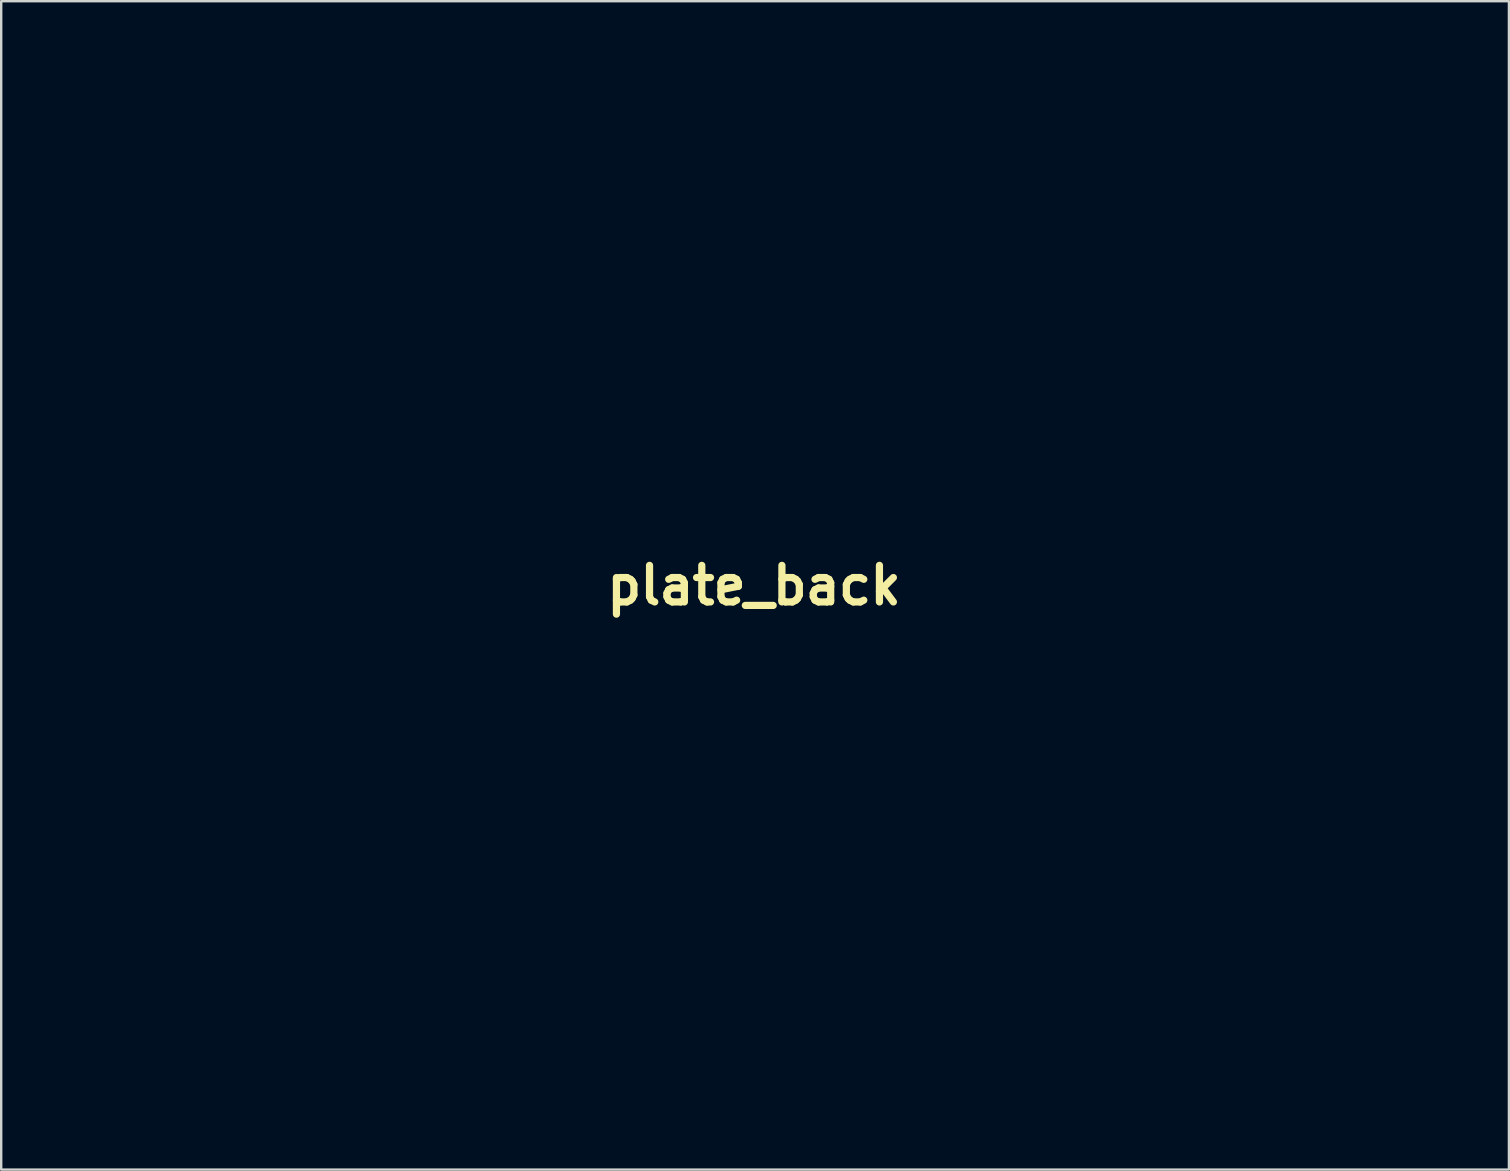
<source format=kicad_pcb>
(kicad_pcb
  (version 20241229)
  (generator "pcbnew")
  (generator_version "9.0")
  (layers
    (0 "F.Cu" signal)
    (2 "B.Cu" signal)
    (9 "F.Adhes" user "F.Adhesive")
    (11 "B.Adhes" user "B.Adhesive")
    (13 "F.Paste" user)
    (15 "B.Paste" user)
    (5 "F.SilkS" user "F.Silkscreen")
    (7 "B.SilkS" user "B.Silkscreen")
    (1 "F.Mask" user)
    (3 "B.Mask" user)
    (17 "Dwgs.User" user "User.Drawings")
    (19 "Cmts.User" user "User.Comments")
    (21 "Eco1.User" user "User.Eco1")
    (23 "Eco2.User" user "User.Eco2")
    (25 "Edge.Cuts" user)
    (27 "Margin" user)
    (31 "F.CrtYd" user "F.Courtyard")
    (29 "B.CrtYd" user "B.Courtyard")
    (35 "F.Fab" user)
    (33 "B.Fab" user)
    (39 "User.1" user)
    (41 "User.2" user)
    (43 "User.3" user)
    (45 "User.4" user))
  (footprint "plate_back"
    (layer "F.Cu")
    (at 28.368 21.341)
    (property "Reference" "plate_back" (at 0 0 0) (layer "F.SilkS") (effects (font (size 1.524 1.524) (thickness 0.3))))
    (attr through_hole)
    (fp_poly (pts (xy 19.784 4.092) (xy 19.772 4.143) (xy 19.727 4.149) (xy 19.658 4.118) (xy 19.671 4.092) (xy 19.771 4.082) (xy 19.784 4.092)) (stroke (width 0.01) (type solid)) (fill yes) (layer "F.Mask"))
    (fp_poly (pts (xy -6.786 -14.393) (xy -6.71 -14.149) (xy -6.711 -14.023) (xy -6.805 -13.976) (xy -6.943 -13.97) (xy -7.12 -13.988) (xy -7.193 -14.033) (xy -7.193 -14.034) (xy -7.154 -14.143) (xy -7.062 -14.335) (xy -7.036 -14.385) (xy -6.883 -14.672) (xy -6.786 -14.393)) (stroke (width 0.01) (type solid)) (fill yes) (layer "F.Mask"))
    (fp_poly (pts (xy -3.984 -17.422) (xy -3.903 -17.345) (xy -3.895 -17.272) (xy -3.928 -17.155) (xy -4.06 -17.108) (xy -4.186 -17.103) (xy -4.397 -17.125) (xy -4.524 -17.18) (xy -4.53 -17.187) (xy -4.546 -17.324) (xy -4.415 -17.413) (xy -4.186 -17.441) (xy -3.984 -17.422)) (stroke (width 0.01) (type solid)) (fill yes) (layer "F.Mask"))
    (fp_poly (pts (xy -3.913 -14.755) (xy -3.895 -14.617) (xy -3.895 -14.61) (xy -3.938 -14.447) (xy -4.079 -14.399) (xy -4.334 -14.462) (xy -4.389 -14.483) (xy -4.536 -14.584) (xy -4.53 -14.687) (xy -4.384 -14.769) (xy -4.206 -14.801) (xy -4 -14.806) (xy -3.913 -14.755)) (stroke (width 0.01) (type solid)) (fill yes) (layer "F.Mask"))
    (fp_poly (pts (xy -3.907 -12.131) (xy -3.895 -11.991) (xy -3.916 -11.84) (xy -4.012 -11.779) (xy -4.186 -11.769) (xy -4.398 -11.793) (xy -4.528 -11.853) (xy -4.534 -11.861) (xy -4.539 -11.992) (xy -4.382 -12.099) (xy -4.167 -12.159) (xy -3.981 -12.183) (xy -3.907 -12.131)) (stroke (width 0.01) (type solid)) (fill yes) (layer "F.Mask"))
    (fp_poly (pts (xy -6.853 -17.171) (xy -6.759 -16.993) (xy -6.74 -16.954) (xy -6.6 -16.679) (xy -6.898 -16.679) (xy -7.095 -16.691) (xy -7.194 -16.72) (xy -7.197 -16.726) (xy -7.163 -16.829) (xy -7.083 -16.992) (xy -6.991 -17.153) (xy -6.921 -17.252) (xy -6.905 -17.259) (xy -6.853 -17.171)) (stroke (width 0.01) (type solid)) (fill yes) (layer "F.Mask"))
    (fp_poly (pts (xy -6.853 -11.837) (xy -6.759 -11.659) (xy -6.74 -11.62) (xy -6.6 -11.345) (xy -6.898 -11.345) (xy -7.095 -11.357) (xy -7.194 -11.386) (xy -7.197 -11.392) (xy -7.163 -11.495) (xy -7.083 -11.658) (xy -6.991 -11.819) (xy -6.921 -11.918) (xy -6.905 -11.925) (xy -6.853 -11.837)) (stroke (width 0.01) (type solid)) (fill yes) (layer "F.Mask"))
    (fp_poly (pts (xy -3.983 -16.748) (xy -3.907 -16.667) (xy -3.895 -16.51) (xy -3.913 -16.336) (xy -4.002 -16.267) (xy -4.175 -16.256) (xy -4.424 -16.294) (xy -4.619 -16.383) (xy -4.733 -16.485) (xy -4.712 -16.56) (xy -4.619 -16.637) (xy -4.418 -16.727) (xy -4.175 -16.764) (xy -3.983 -16.748)) (stroke (width 0.01) (type solid)) (fill yes) (layer "F.Mask"))
    (fp_poly (pts (xy -3.983 -11.414) (xy -3.907 -11.333) (xy -3.895 -11.176) (xy -3.913 -11.002) (xy -4.002 -10.933) (xy -4.175 -10.922) (xy -4.424 -10.96) (xy -4.619 -11.049) (xy -4.733 -11.151) (xy -4.712 -11.226) (xy -4.619 -11.303) (xy -4.418 -11.393) (xy -4.175 -11.43) (xy -3.983 -11.414)) (stroke (width 0.01) (type solid)) (fill yes) (layer "F.Mask"))
    (fp_poly (pts (xy -9.36 -12.165) (xy -9.318 -12.07) (xy -9.313 -11.938) (xy -9.331 -11.764) (xy -9.42 -11.696) (xy -9.596 -11.684) (xy -9.805 -11.699) (xy -9.93 -11.737) (xy -9.934 -11.74) (xy -10.002 -11.897) (xy -9.926 -12.044) (xy -9.732 -12.138) (xy -9.726 -12.139) (xy -9.482 -12.181) (xy -9.36 -12.165)) (stroke (width 0.01) (type solid)) (fill yes) (layer "F.Mask"))
    (fp_poly (pts (xy -9.334 -14.757) (xy -9.314 -14.613) (xy -9.313 -14.568) (xy -9.334 -14.385) (xy -9.427 -14.317) (xy -9.546 -14.31) (xy -9.762 -14.336) (xy -9.893 -14.384) (xy -9.975 -14.518) (xy -9.977 -14.615) (xy -9.898 -14.735) (xy -9.696 -14.794) (xy -9.63 -14.801) (xy -9.423 -14.808) (xy -9.334 -14.757)) (stroke (width 0.01) (type solid)) (fill yes) (layer "F.Mask"))
    (fp_poly (pts (xy -9.434 -17.43) (xy -9.337 -17.375) (xy -9.313 -17.248) (xy -9.313 -17.23) (xy -9.337 -17.084) (xy -9.442 -17.026) (xy -9.596 -17.018) (xy -9.805 -17.033) (xy -9.93 -17.071) (xy -9.934 -17.074) (xy -9.983 -17.199) (xy -9.991 -17.286) (xy -9.957 -17.389) (xy -9.826 -17.434) (xy -9.652 -17.441) (xy -9.434 -17.43)) (stroke (width 0.01) (type solid)) (fill yes) (layer "F.Mask"))
    (fp_poly (pts (xy -4.038 -14.046) (xy -3.928 -14.001) (xy -3.896 -13.896) (xy -3.895 -13.843) (xy -3.914 -13.705) (xy -4.004 -13.645) (xy -4.213 -13.631) (xy -4.223 -13.631) (xy -4.468 -13.662) (xy -4.638 -13.739) (xy -4.654 -13.755) (xy -4.719 -13.906) (xy -4.626 -14.006) (xy -4.378 -14.052) (xy -4.271 -14.055) (xy -4.038 -14.046)) (stroke (width 0.01) (type solid)) (fill yes) (layer "F.Mask"))
    (fp_poly (pts (xy 19.911 -12.933) (xy 19.971 -12.836) (xy 19.981 -12.658) (xy 19.968 -12.459) (xy 19.895 -12.377) (xy 19.714 -12.361) (xy 19.702 -12.361) (xy 19.478 -12.39) (xy 19.323 -12.461) (xy 19.321 -12.463) (xy 19.231 -12.635) (xy 19.286 -12.791) (xy 19.465 -12.906) (xy 19.743 -12.954) (xy 19.764 -12.954) (xy 19.911 -12.933)) (stroke (width 0.01) (type solid)) (fill yes) (layer "F.Mask"))
    (fp_poly (pts (xy 26.026 -15.861) (xy 26.249 -15.684) (xy 26.364 -15.496) (xy 26.404 -15.282) (xy 26.393 -15.034) (xy 26.306 -14.674) (xy 26.141 -14.432) (xy 25.92 -14.321) (xy 25.669 -14.354) (xy 25.438 -14.516) (xy 25.288 -14.768) (xy 25.23 -15.089) (xy 25.261 -15.421) (xy 25.378 -15.706) (xy 25.519 -15.853) (xy 25.761 -15.922) (xy 26.026 -15.861)) (stroke (width 0.01) (type solid)) (fill yes) (layer "F.Mask"))
    (fp_poly (pts (xy 22.74 -12.8) (xy 22.932 -12.595) (xy 23.022 -12.258) (xy 23.029 -12.103) (xy 22.976 -11.734) (xy 22.833 -11.461) (xy 22.624 -11.304) (xy 22.374 -11.28) (xy 22.106 -11.407) (xy 22.091 -11.419) (xy 21.972 -11.548) (xy 21.911 -11.726) (xy 21.892 -12.008) (xy 21.891 -12.045) (xy 21.934 -12.454) (xy 22.074 -12.723) (xy 22.31 -12.855) (xy 22.45 -12.869) (xy 22.74 -12.8)) (stroke (width 0.01) (type solid)) (fill yes) (layer "F.Mask"))
    (fp_poly (pts (xy -6.784 11.685) (xy -6.684 11.925) (xy -6.561 12.251) (xy -6.424 12.601) (xy -6.305 12.891) (xy -6.218 13.086) (xy -6.185 13.146) (xy -6.08 13.188) (xy -5.85 13.246) (xy -5.534 13.309) (xy -5.371 13.338) (xy -4.896 13.416) (xy -4.576 13.476) (xy -4.401 13.535) (xy -4.358 13.612) (xy -4.437 13.725) (xy -4.628 13.892) (xy -4.904 14.118) (xy -5.277 14.444) (xy -5.504 14.688) (xy -5.585 14.848) (xy -5.585 14.855) (xy -5.573 15.009) (xy -5.543 15.286) (xy -5.499 15.643) (xy -5.464 15.916) (xy -5.417 16.28) (xy -5.381 16.574) (xy -5.362 16.762) (xy -5.361 16.813) (xy -5.435 16.776) (xy -5.625 16.669) (xy -5.902 16.509) (xy -6.209 16.328) (xy -6.548 16.131) (xy -6.837 15.971) (xy -7.044 15.866) (xy -7.133 15.833) (xy -7.241 15.871) (xy -7.462 15.974) (xy -7.761 16.125) (xy -8.009 16.256) (xy -8.336 16.43) (xy -8.603 16.57) (xy -8.78 16.657) (xy -8.832 16.679) (xy -8.828 16.603) (xy -8.787 16.396) (xy -8.717 16.091) (xy -8.637 15.769) (xy -8.404 14.859) (xy -9.161 14.089) (xy -9.919 13.319) (xy -7.879 13.106) (xy -7.483 12.416) (xy -7.246 12) (xy -7.078 11.722) (xy -6.96 11.58) (xy -6.869 11.569) (xy -6.784 11.685)) (stroke (width 0.01) (type solid)) (fill yes) (layer "F.Mask"))
    (fp_poly (pts (xy -2.879 -15.748) (xy -11.345 -15.748) (xy -11.345 -15.917) (xy -11.043 -15.917) (xy -10.661 -15.917) (xy -10.417 -15.934) (xy -10.233 -16.006) (xy -10.039 -16.165) (xy -9.948 -16.256) (xy -9.739 -16.444) (xy -9.552 -16.567) (xy -9.465 -16.595) (xy -9.364 -16.559) (xy -9.32 -16.425) (xy -9.313 -16.256) (xy -9.313 -15.917) (xy -8.636 -15.917) (xy -8.636 -15.961) (xy -8.213 -15.961) (xy -8.138 -15.933) (xy -7.95 -15.918) (xy -7.88 -15.917) (xy -7.644 -15.939) (xy -7.524 -16.019) (xy -7.493 -16.087) (xy -7.437 -16.183) (xy -7.321 -16.235) (xy -7.099 -16.254) (xy -6.94 -16.256) (xy -6.644 -16.246) (xy -6.47 -16.206) (xy -6.373 -16.124) (xy -6.35 -16.087) (xy -6.228 -15.965) (xy -6.007 -15.919) (xy -5.924 -15.917) (xy -5.589 -15.917) (xy -5.857 -16.456) (xy -5.395 -16.456) (xy -5.385 -16.389) (xy -5.29 -16.194) (xy -5.105 -16.057) (xy -4.809 -15.971) (xy -4.38 -15.928) (xy -4.043 -15.921) (xy -3.217 -15.917) (xy -3.217 -17.865) (xy -3.931 -17.865) (xy -4.294 -17.854) (xy -4.619 -17.826) (xy -4.847 -17.786) (xy -4.882 -17.775) (xy -5.144 -17.625) (xy -5.243 -17.442) (xy -5.176 -17.233) (xy -5.064 -17.106) (xy -4.952 -16.984) (xy -4.972 -16.936) (xy -5.009 -16.933) (xy -5.201 -16.859) (xy -5.344 -16.679) (xy -5.395 -16.456) (xy -5.857 -16.456) (xy -6.074 -16.891) (xy -6.558 -17.865) (xy -7.28 -17.865) (xy -7.746 -16.935) (xy -7.925 -16.575) (xy -8.072 -16.272) (xy -8.173 -16.058) (xy -8.213 -15.962) (xy -8.213 -15.961) (xy -8.636 -15.961) (xy -8.636 -17.865) (xy -9.358 -17.865) (xy -9.934 -17.834) (xy -10.354 -17.743) (xy -10.617 -17.591) (xy -10.709 -17.445) (xy -10.702 -17.231) (xy -10.594 -16.999) (xy -10.425 -16.824) (xy -10.36 -16.79) (xy -10.318 -16.734) (xy -10.376 -16.618) (xy -10.547 -16.422) (xy -10.637 -16.329) (xy -11.043 -15.917) (xy -11.345 -15.917) (xy -11.345 -18.119) (xy -2.879 -18.119) (xy -2.879 -15.748)) (stroke (width 0.01) (type solid)) (fill yes) (layer "F.Mask"))
    (fp_poly (pts (xy -2.879 -10.414) (xy -11.345 -10.414) (xy -11.345 -10.583) (xy -11.043 -10.583) (xy -10.661 -10.583) (xy -10.417 -10.6) (xy -10.233 -10.672) (xy -10.039 -10.831) (xy -9.948 -10.922) (xy -9.739 -11.11) (xy -9.552 -11.233) (xy -9.465 -11.261) (xy -9.364 -11.225) (xy -9.32 -11.091) (xy -9.313 -10.922) (xy -9.313 -10.583) (xy -8.636 -10.583) (xy -8.636 -10.656) (xy -8.199 -10.656) (xy -8.142 -10.611) (xy -7.967 -10.585) (xy -7.887 -10.583) (xy -7.649 -10.604) (xy -7.528 -10.68) (xy -7.493 -10.753) (xy -7.437 -10.849) (xy -7.321 -10.901) (xy -7.099 -10.92) (xy -6.94 -10.922) (xy -6.644 -10.912) (xy -6.47 -10.872) (xy -6.373 -10.79) (xy -6.35 -10.753) (xy -6.228 -10.631) (xy -6.007 -10.585) (xy -5.924 -10.583) (xy -5.589 -10.583) (xy -5.854 -11.117) (xy -5.394 -11.117) (xy -5.383 -11.047) (xy -5.277 -10.853) (xy -5.059 -10.715) (xy -4.714 -10.63) (xy -4.226 -10.59) (xy -4 -10.587) (xy -3.217 -10.583) (xy -3.217 -12.531) (xy -3.985 -12.531) (xy -4.483 -12.513) (xy -4.837 -12.457) (xy -5.07 -12.357) (xy -5.185 -12.243) (xy -5.243 -12.054) (xy -5.15 -11.862) (xy -5.064 -11.772) (xy -4.952 -11.65) (xy -4.972 -11.602) (xy -5.009 -11.599) (xy -5.202 -11.525) (xy -5.345 -11.344) (xy -5.394 -11.117) (xy -5.854 -11.117) (xy -6.074 -11.557) (xy -6.558 -12.531) (xy -6.941 -12.529) (xy -7.324 -12.527) (xy -7.747 -11.628) (xy -7.916 -11.269) (xy -8.058 -10.965) (xy -8.157 -10.749) (xy -8.199 -10.656) (xy -8.636 -10.656) (xy -8.636 -12.531) (xy -9.402 -12.531) (xy -9.939 -12.507) (xy -10.326 -12.433) (xy -10.578 -12.305) (xy -10.707 -12.117) (xy -10.709 -12.111) (xy -10.705 -11.87) (xy -10.57 -11.639) (xy -10.402 -11.508) (xy -10.316 -11.452) (xy -10.301 -11.385) (xy -10.371 -11.276) (xy -10.542 -11.092) (xy -10.634 -10.998) (xy -11.043 -10.583) (xy -11.345 -10.583) (xy -11.345 -12.785) (xy -2.879 -12.785) (xy -2.879 -10.414)) (stroke (width 0.01) (type solid)) (fill yes) (layer "F.Mask"))
    (fp_poly (pts (xy 7.986 10.562) (xy 8.678 10.739) (xy 9.322 11.049) (xy 9.899 11.484) (xy 10.392 12.035) (xy 10.783 12.693) (xy 11.046 13.423) (xy 11.166 14.188) (xy 11.119 14.943) (xy 11.05 15.266) (xy 10.773 16.023) (xy 10.37 16.684) (xy 9.858 17.236) (xy 9.255 17.669) (xy 8.576 17.971) (xy 7.839 18.131) (xy 7.06 18.136) (xy 6.883 18.115) (xy 6.38 17.99) (xy 5.839 17.764) (xy 5.329 17.471) (xy 4.964 17.188) (xy 4.45 16.609) (xy 4.075 15.963) (xy 3.837 15.272) (xy 3.732 14.557) (xy 3.744 14.221) (xy 3.979 14.221) (xy 4.05 14.294) (xy 4.149 14.333) (xy 4.267 14.431) (xy 4.321 14.598) (xy 4.3 14.759) (xy 4.222 14.835) (xy 4.166 14.932) (xy 4.187 15.058) (xy 4.266 15.209) (xy 4.347 15.207) (xy 4.417 15.068) (xy 4.463 14.808) (xy 4.47 14.706) (xy 4.461 14.317) (xy 4.39 14.041) (xy 4.265 13.9) (xy 4.197 13.885) (xy 4.074 13.958) (xy 3.991 14.128) (xy 3.979 14.221) (xy 3.744 14.221) (xy 3.758 13.839) (xy 3.912 13.139) (xy 4.191 12.478) (xy 4.56 11.924) (xy 6.048 11.924) (xy 6.054 11.935) (xy 6.169 11.95) (xy 6.412 11.984) (xy 6.742 12.031) (xy 6.985 12.066) (xy 7.393 12.12) (xy 7.782 12.162) (xy 8.094 12.187) (xy 8.204 12.19) (xy 8.492 12.241) (xy 8.864 12.375) (xy 9.273 12.568) (xy 9.672 12.797) (xy 10.015 13.038) (xy 10.197 13.201) (xy 10.357 13.362) (xy 10.461 13.453) (xy 10.477 13.462) (xy 10.458 13.395) (xy 10.375 13.221) (xy 10.274 13.029) (xy 9.924 12.534) (xy 9.476 12.165) (xy 8.91 11.908) (xy 8.703 11.847) (xy 8.173 11.746) (xy 7.6 11.696) (xy 7.04 11.699) (xy 6.554 11.756) (xy 6.35 11.807) (xy 6.147 11.877) (xy 6.048 11.924) (xy 4.56 11.924) (xy 4.592 11.877) (xy 5.112 11.359) (xy 5.749 10.943) (xy 5.8 10.917) (xy 6.529 10.643) (xy 7.264 10.527) (xy 7.986 10.562)) (stroke (width 0.01) (type solid)) (fill yes) (layer "F.Mask"))
    (fp_poly (pts (xy 22.363 -2.278) (xy 22.506 -2.163) (xy 22.768 -1.871) (xy 22.984 -1.497) (xy 23.167 -1.017) (xy 23.326 -0.404) (xy 23.381 -0.139) (xy 23.47 0.45) (xy 23.513 1.055) (xy 23.511 1.634) (xy 23.463 2.146) (xy 23.372 2.548) (xy 23.338 2.636) (xy 23.162 2.926) (xy 22.922 3.175) (xy 22.665 3.341) (xy 22.479 3.387) (xy 22.286 3.333) (xy 22.063 3.202) (xy 22.023 3.17) (xy 21.773 2.884) (xy 21.538 2.478) (xy 21.504 2.394) (xy 22.036 2.394) (xy 22.051 2.448) (xy 22.135 2.535) (xy 22.177 2.458) (xy 22.183 2.354) (xy 22.162 2.231) (xy 22.09 2.26) (xy 22.088 2.262) (xy 22.036 2.394) (xy 21.504 2.394) (xy 21.34 2) (xy 21.221 1.571) (xy 22.622 1.571) (xy 22.634 1.645) (xy 22.706 1.768) (xy 22.757 1.729) (xy 22.775 1.549) (xy 22.758 1.399) (xy 22.699 1.399) (xy 22.679 1.417) (xy 22.622 1.571) (xy 21.221 1.571) (xy 21.202 1.5) (xy 21.169 1.312) (xy 21.121 0.845) (xy 21.094 0.31) (xy 22.627 0.31) (xy 22.67 0.476) (xy 22.751 0.584) (xy 22.781 0.593) (xy 22.841 0.52) (xy 22.86 0.386) (xy 22.826 0.203) (xy 22.747 0.115) (xy 22.657 0.157) (xy 22.649 0.169) (xy 22.627 0.31) (xy 21.094 0.31) (xy 21.094 0.308) (xy 21.091 0.047) (xy 21.606 0.047) (xy 21.618 0.121) (xy 21.69 0.244) (xy 21.741 0.205) (xy 21.759 0.025) (xy 21.742 -0.125) (xy 21.683 -0.125) (xy 21.663 -0.107) (xy 21.606 0.047) (xy 21.091 0.047) (xy 21.087 -0.247) (xy 21.102 -0.77) (xy 21.137 -1.209) (xy 21.164 -1.377) (xy 22.047 -1.377) (xy 22.06 -1.347) (xy 22.165 -1.27) (xy 22.249 -1.336) (xy 22.267 -1.434) (xy 22.233 -1.593) (xy 22.192 -1.646) (xy 22.109 -1.625) (xy 22.05 -1.51) (xy 22.047 -1.377) (xy 21.164 -1.377) (xy 21.173 -1.432) (xy 21.32 -1.908) (xy 21.521 -2.235) (xy 21.766 -2.409) (xy 22.05 -2.425) (xy 22.363 -2.278)) (stroke (width 0.01) (type solid)) (fill yes) (layer "F.Mask"))
    (fp_poly (pts (xy 17.718 -2.445) (xy 18.043 -2.275) (xy 18.071 -2.254) (xy 18.32 -2.01) (xy 18.534 -1.677) (xy 18.72 -1.235) (xy 18.889 -0.662) (xy 19.023 -0.068) (xy 19.117 0.406) (xy 19.177 0.759) (xy 19.207 1.033) (xy 19.21 1.273) (xy 19.19 1.521) (xy 19.157 1.765) (xy 19.032 2.368) (xy 18.856 2.837) (xy 18.637 3.164) (xy 18.383 3.344) (xy 18.101 3.372) (xy 17.798 3.241) (xy 17.548 3.02) (xy 17.29 2.695) (xy 17.207 2.542) (xy 18.139 2.542) (xy 18.168 2.636) (xy 18.233 2.7) (xy 18.27 2.636) (xy 18.271 2.504) (xy 18.254 2.478) (xy 18.173 2.459) (xy 18.139 2.542) (xy 17.207 2.542) (xy 17.093 2.333) (xy 16.948 1.904) (xy 16.916 1.74) (xy 17.457 1.74) (xy 17.47 1.815) (xy 17.542 1.937) (xy 17.593 1.898) (xy 17.611 1.719) (xy 17.594 1.569) (xy 17.534 1.568) (xy 17.515 1.586) (xy 17.457 1.74) (xy 16.916 1.74) (xy 16.845 1.377) (xy 16.831 1.241) (xy 18.235 1.241) (xy 18.328 1.344) (xy 18.378 1.355) (xy 18.442 1.284) (xy 18.457 1.185) (xy 18.413 1.041) (xy 18.313 1.03) (xy 18.246 1.101) (xy 18.235 1.241) (xy 16.831 1.241) (xy 16.776 0.723) (xy 16.758 0.466) (xy 16.741 -0.117) (xy 17.992 -0.117) (xy 18.002 -0.068) (xy 18.076 -0.003) (xy 18.114 -0.1) (xy 18.117 -0.191) (xy 18.103 -0.313) (xy 18.053 -0.28) (xy 18.038 -0.258) (xy 17.992 -0.117) (xy 16.741 -0.117) (xy 16.734 -0.348) (xy 16.761 -0.889) (xy 17.272 -0.889) (xy 17.318 -0.776) (xy 17.357 -0.762) (xy 17.432 -0.831) (xy 17.441 -0.889) (xy 17.396 -1.002) (xy 17.357 -1.016) (xy 17.282 -0.947) (xy 17.272 -0.889) (xy 16.761 -0.889) (xy 16.769 -1.039) (xy 16.829 -1.416) (xy 18.056 -1.416) (xy 18.072 -1.362) (xy 18.156 -1.275) (xy 18.198 -1.352) (xy 18.203 -1.456) (xy 18.183 -1.579) (xy 18.111 -1.55) (xy 18.109 -1.548) (xy 18.056 -1.416) (xy 16.829 -1.416) (xy 16.859 -1.601) (xy 17.002 -2.029) (xy 17.194 -2.316) (xy 17.434 -2.457) (xy 17.718 -2.445)) (stroke (width 0.01) (type solid)) (fill yes) (layer "F.Mask"))
    (fp_poly (pts (xy 17.819 10.138) (xy 17.952 10.189) (xy 18.026 10.235) (xy 18.253 10.374) (xy 18.489 10.47) (xy 18.797 10.544) (xy 19.036 10.587) (xy 19.318 10.622) (xy 19.517 10.604) (xy 19.713 10.516) (xy 19.833 10.443) (xy 20.046 10.319) (xy 20.212 10.268) (xy 20.409 10.28) (xy 20.637 10.327) (xy 20.907 10.4) (xy 21.034 10.472) (xy 21.046 10.555) (xy 21.028 10.684) (xy 21.013 10.946) (xy 21.002 11.306) (xy 20.997 11.728) (xy 20.997 11.818) (xy 20.997 12.954) (xy 19.916 12.954) (xy 19.858 12.645) (xy 19.731 12.253) (xy 19.515 11.993) (xy 19.209 11.851) (xy 18.934 11.809) (xy 18.643 11.813) (xy 18.394 11.858) (xy 18.248 11.936) (xy 18.241 11.946) (xy 18.225 12.12) (xy 18.311 12.407) (xy 18.492 12.789) (xy 18.76 13.249) (xy 19 13.614) (xy 19.476 14.38) (xy 19.823 15.099) (xy 20.057 15.809) (xy 20.154 16.266) (xy 20.201 16.578) (xy 20.206 16.793) (xy 20.16 16.981) (xy 20.054 17.212) (xy 20.029 17.261) (xy 19.894 17.499) (xy 19.746 17.671) (xy 19.537 17.821) (xy 19.22 17.991) (xy 18.763 18.187) (xy 18.353 18.273) (xy 17.918 18.259) (xy 17.645 18.213) (xy 17.439 18.138) (xy 17.162 17.993) (xy 16.911 17.834) (xy 16.631 17.622) (xy 16.606 17.594) (xy 18.806 17.594) (xy 18.807 17.636) (xy 18.89 17.606) (xy 18.939 17.581) (xy 19.161 17.422) (xy 19.354 17.217) (xy 19.484 16.952) (xy 19.567 16.615) (xy 19.591 16.28) (xy 19.551 16.044) (xy 19.511 15.994) (xy 19.487 16.1) (xy 19.479 16.298) (xy 19.462 16.543) (xy 19.403 16.745) (xy 19.276 16.962) (xy 19.087 17.213) (xy 18.897 17.459) (xy 18.806 17.594) (xy 16.606 17.594) (xy 16.45 17.422) (xy 16.316 17.17) (xy 16.255 17.015) (xy 16.071 16.522) (xy 16.289 15.775) (xy 16.526 14.81) (xy 16.64 13.948) (xy 16.631 13.176) (xy 16.5 12.48) (xy 16.329 12.02) (xy 16.193 11.693) (xy 16.121 11.423) (xy 16.098 11.13) (xy 16.104 10.835) (xy 16.129 10.202) (xy 16.968 10.143) (xy 17.367 10.118) (xy 17.637 10.116) (xy 17.819 10.138)) (stroke (width 0.01) (type solid)) (fill yes) (layer "F.Mask"))
    (fp_poly (pts (xy -2.879 -13.039) (xy -11.345 -13.039) (xy -11.345 -13.269) (xy -11.007 -13.269) (xy -10.931 -13.232) (xy -10.741 -13.21) (xy -10.643 -13.208) (xy -10.422 -13.224) (xy -10.247 -13.29) (xy -10.059 -13.439) (xy -9.906 -13.589) (xy -9.695 -13.788) (xy -9.519 -13.926) (xy -9.428 -13.97) (xy -9.353 -13.892) (xy -9.304 -13.683) (xy -9.297 -13.61) (xy -9.271 -13.384) (xy -9.208 -13.275) (xy -9.062 -13.234) (xy -8.954 -13.224) (xy -8.636 -13.198) (xy -8.636 -13.271) (xy -8.213 -13.271) (xy -8.138 -13.231) (xy -7.951 -13.209) (xy -7.888 -13.208) (xy -7.654 -13.231) (xy -7.522 -13.321) (xy -7.466 -13.42) (xy -7.389 -13.544) (xy -7.272 -13.608) (xy -7.061 -13.63) (xy -6.916 -13.631) (xy -6.644 -13.622) (xy -6.489 -13.581) (xy -6.4 -13.487) (xy -6.365 -13.42) (xy -6.255 -13.268) (xy -6.072 -13.212) (xy -5.971 -13.208) (xy -5.774 -13.227) (xy -5.675 -13.274) (xy -5.673 -13.284) (xy -5.707 -13.387) (xy -5.799 -13.609) (xy -5.843 -13.707) (xy -5.394 -13.707) (xy -5.253 -13.507) (xy -5.044 -13.374) (xy -4.747 -13.285) (xy -4.335 -13.234) (xy -3.873 -13.217) (xy -3.217 -13.208) (xy -3.217 -15.155) (xy -4.045 -15.155) (xy -4.488 -15.146) (xy -4.793 -15.117) (xy -4.991 -15.063) (xy -5.061 -15.024) (xy -5.219 -14.838) (xy -5.23 -14.632) (xy -5.122 -14.477) (xy -5.051 -14.39) (xy -5.089 -14.293) (xy -5.206 -14.175) (xy -5.384 -13.936) (xy -5.394 -13.707) (xy -5.843 -13.707) (xy -5.936 -13.917) (xy -6.092 -14.258) (xy -6.511 -15.155) (xy -7.336 -15.155) (xy -7.775 -14.245) (xy -7.946 -13.886) (xy -8.085 -13.582) (xy -8.179 -13.367) (xy -8.213 -13.271) (xy -8.636 -13.271) (xy -8.636 -15.155) (xy -9.487 -15.155) (xy -9.879 -15.152) (xy -10.142 -15.138) (xy -10.314 -15.105) (xy -10.434 -15.045) (xy -10.541 -14.951) (xy -10.545 -14.948) (xy -10.687 -14.77) (xy -10.752 -14.619) (xy -10.753 -14.609) (xy -10.691 -14.448) (xy -10.547 -14.276) (xy -10.383 -14.158) (xy -10.311 -14.139) (xy -10.313 -14.086) (xy -10.416 -13.945) (xy -10.596 -13.746) (xy -10.608 -13.734) (xy -10.81 -13.521) (xy -10.953 -13.353) (xy -11.007 -13.269) (xy -11.345 -13.269) (xy -11.345 -15.409) (xy -2.879 -15.409) (xy -2.879 -13.039)) (stroke (width 0.01) (type solid)) (fill yes) (layer "F.Mask"))
    (fp_poly (pts (xy 22.992 10.251) (xy 23.29 10.28) (xy 23.484 10.33) (xy 23.526 10.358) (xy 23.697 10.471) (xy 24.003 10.58) (xy 24.409 10.674) (xy 24.638 10.711) (xy 24.91 10.73) (xy 25.122 10.676) (xy 25.348 10.542) (xy 25.56 10.41) (xy 25.727 10.361) (xy 25.93 10.381) (xy 26.089 10.417) (xy 26.501 10.516) (xy 26.501 13.145) (xy 26.183 13.093) (xy 25.902 13.057) (xy 25.649 13.04) (xy 25.634 13.04) (xy 25.48 13.018) (xy 25.398 12.922) (xy 25.349 12.705) (xy 25.213 12.34) (xy 24.946 12.078) (xy 24.6 11.939) (xy 24.363 11.916) (xy 24.103 11.934) (xy 23.873 11.983) (xy 23.73 12.054) (xy 23.707 12.098) (xy 23.76 12.375) (xy 23.91 12.742) (xy 24.138 13.166) (xy 24.428 13.611) (xy 24.466 13.664) (xy 25.025 14.56) (xy 25.424 15.496) (xy 25.626 16.249) (xy 25.757 16.876) (xy 25.523 17.365) (xy 25.393 17.619) (xy 25.269 17.79) (xy 25.103 17.919) (xy 24.848 18.05) (xy 24.689 18.123) (xy 24.36 18.27) (xy 24.137 18.361) (xy 23.97 18.406) (xy 23.81 18.415) (xy 23.607 18.398) (xy 23.45 18.381) (xy 23.076 18.305) (xy 22.71 18.144) (xy 22.47 18) (xy 22.185 17.801) (xy 22.06 17.681) (xy 24.349 17.681) (xy 24.408 17.683) (xy 24.567 17.556) (xy 24.737 17.385) (xy 24.888 17.174) (xy 24.978 16.903) (xy 25.018 16.637) (xy 25.041 16.359) (xy 25.031 16.235) (xy 24.988 16.25) (xy 24.984 16.256) (xy 24.914 16.438) (xy 24.893 16.602) (xy 24.845 16.781) (xy 24.72 17.037) (xy 24.554 17.303) (xy 24.395 17.553) (xy 24.349 17.681) (xy 22.06 17.681) (xy 22 17.624) (xy 21.869 17.411) (xy 21.765 17.167) (xy 21.571 16.666) (xy 21.758 16.002) (xy 24.892 16.002) (xy 24.923 16.072) (xy 24.948 16.058) (xy 24.959 15.958) (xy 24.948 15.946) (xy 24.898 15.957) (xy 24.892 16.002) (xy 21.758 16.002) (xy 21.79 15.889) (xy 22.02 14.933) (xy 22.135 14.085) (xy 22.136 13.329) (xy 22.022 12.651) (xy 21.833 12.117) (xy 21.686 11.744) (xy 21.612 11.406) (xy 21.59 11.006) (xy 21.59 10.964) (xy 21.59 10.351) (xy 21.907 10.299) (xy 22.256 10.259) (xy 22.632 10.244) (xy 22.992 10.251)) (stroke (width 0.01) (type solid)) (fill yes) (layer "F.Mask"))
    (fp_poly (pts (xy -21.37 -19.821) (xy -21.277 -19.618) (xy -21.15 -19.315) (xy -21.001 -18.941) (xy -20.97 -18.86) (xy -20.792 -18.381) (xy -20.675 -18.015) (xy -20.606 -17.721) (xy -20.576 -17.456) (xy -20.573 -17.296) (xy -20.574 -16.77) (xy -20.258 -16.956) (xy -19.832 -17.114) (xy -19.356 -17.134) (xy -18.86 -17.029) (xy -18.376 -16.808) (xy -17.935 -16.484) (xy -17.569 -16.066) (xy -17.524 -15.998) (xy -17.176 -15.325) (xy -16.961 -14.614) (xy -16.887 -13.901) (xy -16.961 -13.22) (xy -16.964 -13.208) (xy -17.26 -12.102) (xy -17.591 -11.149) (xy -17.957 -10.35) (xy -18.355 -9.709) (xy -18.784 -9.226) (xy -19.242 -8.904) (xy -19.728 -8.743) (xy -20.24 -8.747) (xy -20.743 -8.902) (xy -21.227 -9.046) (xy -21.747 -9.051) (xy -22.27 -8.939) (xy -22.746 -8.832) (xy -23.143 -8.829) (xy -23.48 -8.941) (xy -23.774 -9.181) (xy -24.044 -9.561) (xy -24.258 -9.991) (xy -20.533 -9.991) (xy -20.499 -9.882) (xy -20.483 -9.852) (xy -20.386 -9.704) (xy -20.322 -9.652) (xy -20.229 -9.698) (xy -20.049 -9.817) (xy -19.909 -9.917) (xy -19.656 -10.15) (xy -19.368 -10.489) (xy -19.077 -10.885) (xy -18.82 -11.291) (xy -18.629 -11.659) (xy -18.58 -11.781) (xy -18.472 -12.1) (xy -18.373 -12.417) (xy -18.294 -12.691) (xy -18.246 -12.883) (xy -18.241 -12.954) (xy -18.295 -12.887) (xy -18.422 -12.703) (xy -18.605 -12.429) (xy -18.826 -12.091) (xy -18.884 -12.002) (xy -19.12 -11.641) (xy -19.333 -11.328) (xy -19.5 -11.093) (xy -19.601 -10.966) (xy -19.611 -10.956) (xy -19.729 -10.853) (xy -19.926 -10.673) (xy -20.158 -10.458) (xy -20.383 -10.241) (xy -20.501 -10.097) (xy -20.533 -9.991) (xy -24.258 -9.991) (xy -24.309 -10.093) (xy -24.409 -10.329) (xy -24.589 -10.778) (xy -24.721 -11.136) (xy -24.821 -11.457) (xy -24.903 -11.793) (xy -24.982 -12.199) (xy -25.06 -12.645) (xy -25.146 -13.175) (xy -25.199 -13.588) (xy -25.22 -13.933) (xy -25.21 -14.26) (xy -25.169 -14.616) (xy -25.101 -15.038) (xy -24.95 -15.713) (xy -24.752 -16.237) (xy -24.501 -16.623) (xy -24.188 -16.886) (xy -24.18 -16.891) (xy -23.883 -17.037) (xy -23.611 -17.092) (xy -23.3 -17.062) (xy -22.983 -16.979) (xy -22.743 -16.914) (xy -22.578 -16.885) (xy -22.538 -16.888) (xy -22.57 -16.962) (xy -22.721 -17.092) (xy -22.96 -17.26) (xy -23.255 -17.445) (xy -23.574 -17.627) (xy -23.886 -17.787) (xy -24.16 -17.905) (xy -24.17 -17.909) (xy -24.474 -18.025) (xy -24.71 -18.125) (xy -24.838 -18.192) (xy -24.849 -18.203) (xy -24.792 -18.256) (xy -24.607 -18.354) (xy -24.327 -18.48) (xy -24.095 -18.575) (xy -23.305 -18.888) (xy -22.468 -18.556) (xy -22.081 -18.397) (xy -21.818 -18.27) (xy -21.642 -18.153) (xy -21.518 -18.021) (xy -21.436 -17.897) (xy -21.239 -17.568) (xy -21.29 -17.879) (xy -21.357 -18.101) (xy -21.489 -18.407) (xy -21.659 -18.738) (xy -21.694 -18.799) (xy -22.047 -19.408) (xy -21.755 -19.65) (xy -21.569 -19.797) (xy -21.441 -19.884) (xy -21.416 -19.894) (xy -21.37 -19.821)) (stroke (width 0.01) (type solid)) (fill yes) (layer "F.Mask"))
    (fp_poly (pts (xy 8.928 -16.996) (xy 9.731 -16.783) (xy 10.474 -16.468) (xy 11.136 -16.058) (xy 11.694 -15.561) (xy 12.126 -14.985) (xy 12.24 -14.774) (xy 12.364 -14.5) (xy 12.439 -14.259) (xy 12.476 -13.992) (xy 12.488 -13.635) (xy 12.488 -13.504) (xy 12.481 -13.109) (xy 12.453 -12.821) (xy 12.39 -12.58) (xy 12.283 -12.325) (xy 12.245 -12.247) (xy 11.856 -11.641) (xy 11.334 -11.113) (xy 10.7 -10.671) (xy 9.974 -10.323) (xy 9.179 -10.078) (xy 8.335 -9.943) (xy 7.463 -9.927) (xy 6.584 -10.038) (xy 6.562 -10.042) (xy 5.923 -10.227) (xy 5.273 -10.508) (xy 4.669 -10.855) (xy 4.168 -11.241) (xy 4.105 -11.3) (xy 3.865 -11.571) (xy 3.624 -11.902) (xy 3.406 -12.253) (xy 3.238 -12.58) (xy 3.155 -12.811) (xy 3.457 -12.811) (xy 3.497 -12.586) (xy 3.535 -12.453) (xy 3.624 -12.213) (xy 3.732 -12.057) (xy 3.909 -11.937) (xy 4.141 -11.826) (xy 4.397 -11.713) (xy 4.585 -11.634) (xy 4.657 -11.607) (xy 4.752 -11.621) (xy 4.974 -11.666) (xy 5.285 -11.734) (xy 5.492 -11.781) (xy 6.284 -11.963) (xy 5.707 -12.487) (xy 5.129 -13.01) (xy 6.099 -13.248) (xy 6.486 -13.345) (xy 6.814 -13.431) (xy 7.047 -13.496) (xy 7.147 -13.53) (xy 7.107 -13.582) (xy 6.94 -13.692) (xy 6.674 -13.843) (xy 6.334 -14.02) (xy 6.321 -14.027) (xy 5.971 -14.206) (xy 5.684 -14.36) (xy 5.49 -14.473) (xy 5.419 -14.528) (xy 5.419 -14.528) (xy 5.468 -14.615) (xy 5.596 -14.788) (xy 5.725 -14.951) (xy 6.032 -15.325) (xy 5.365 -15.324) (xy 4.969 -15.316) (xy 4.569 -15.297) (xy 4.252 -15.269) (xy 4.25 -15.269) (xy 3.969 -15.214) (xy 3.77 -15.11) (xy 3.64 -14.932) (xy 3.567 -14.656) (xy 3.54 -14.258) (xy 3.543 -13.829) (xy 3.544 -13.463) (xy 3.53 -13.164) (xy 3.505 -12.971) (xy 3.483 -12.919) (xy 3.457 -12.811) (xy 3.155 -12.811) (xy 3.144 -12.841) (xy 3.133 -12.927) (xy 3.058 -13.001) (xy 2.864 -13.093) (xy 2.646 -13.166) (xy 2.279 -13.271) (xy 1.89 -13.382) (xy 1.714 -13.432) (xy 1.27 -13.559) (xy 1.273 -13.955) (xy 1.321 -14.319) (xy 1.43 -14.536) (xy 1.584 -14.72) (xy 2.373 -14.473) (xy 2.709 -14.37) (xy 2.977 -14.292) (xy 3.141 -14.25) (xy 3.175 -14.246) (xy 3.211 -14.33) (xy 3.283 -14.513) (xy 3.303 -14.563) (xy 3.631 -15.183) (xy 4.106 -15.738) (xy 4.603 -16.131) (xy 7.672 -16.131) (xy 7.783 -16.091) (xy 7.9 -16.083) (xy 8.049 -16.058) (xy 8.321 -15.99) (xy 8.681 -15.89) (xy 9.09 -15.768) (xy 9.144 -15.751) (xy 9.55 -15.628) (xy 9.905 -15.525) (xy 10.173 -15.452) (xy 10.32 -15.42) (xy 10.329 -15.419) (xy 10.337 -15.467) (xy 10.235 -15.595) (xy 10.047 -15.777) (xy 10.036 -15.786) (xy 9.554 -16.107) (xy 8.996 -16.283) (xy 8.353 -16.317) (xy 8.115 -16.297) (xy 7.854 -16.249) (xy 7.701 -16.188) (xy 7.672 -16.131) (xy 4.603 -16.131) (xy 4.712 -16.217) (xy 5.435 -16.608) (xy 6.26 -16.9) (xy 6.385 -16.933) (xy 7.233 -17.079) (xy 8.089 -17.097) (xy 8.928 -16.996)) (stroke (width 0.01) (type solid)) (fill yes) (layer "F.Mask"))
    (fp_poly (pts (xy -6.872 9.886) (xy -6.785 10.018) (xy -6.66 10.259) (xy -6.488 10.625) (xy -6.308 11.023) (xy -6.109 11.461) (xy -5.928 11.848) (xy -5.779 12.155) (xy -5.676 12.356) (xy -5.637 12.419) (xy -5.527 12.466) (xy -5.279 12.534) (xy -4.923 12.617) (xy -4.488 12.707) (xy -4.115 12.777) (xy -3.645 12.863) (xy -3.238 12.94) (xy -2.92 13.002) (xy -2.719 13.043) (xy -2.661 13.059) (xy -2.714 13.119) (xy -2.873 13.275) (xy -3.12 13.506) (xy -3.435 13.795) (xy -3.769 14.096) (xy -4.179 14.468) (xy -4.476 14.748) (xy -4.677 14.954) (xy -4.798 15.104) (xy -4.855 15.216) (xy -4.864 15.308) (xy -4.862 15.324) (xy -4.823 15.572) (xy -4.775 15.913) (xy -4.721 16.313) (xy -4.665 16.739) (xy -4.612 17.158) (xy -4.567 17.535) (xy -4.533 17.837) (xy -4.514 18.032) (xy -4.513 18.088) (xy -4.591 18.056) (xy -4.791 17.953) (xy -5.089 17.791) (xy -5.46 17.584) (xy -5.793 17.396) (xy -6.212 17.16) (xy -6.585 16.956) (xy -6.884 16.799) (xy -7.083 16.703) (xy -7.152 16.679) (xy -7.26 16.715) (xy -7.492 16.812) (xy -7.822 16.96) (xy -8.222 17.146) (xy -8.56 17.308) (xy -8.988 17.512) (xy -9.358 17.687) (xy -9.647 17.821) (xy -9.828 17.901) (xy -9.879 17.92) (xy -9.868 17.836) (xy -9.827 17.614) (xy -9.761 17.282) (xy -9.676 16.866) (xy -9.604 16.522) (xy -9.507 16.053) (xy -9.424 15.639) (xy -9.36 15.308) (xy -9.322 15.092) (xy -9.313 15.024) (xy -9.37 14.928) (xy -9.526 14.733) (xy -9.763 14.463) (xy -10.062 14.138) (xy -10.341 13.844) (xy -10.673 13.498) (xy -10.956 13.196) (xy -11.121 13.014) (xy -10.835 13.014) (xy -10.791 13.081) (xy -10.642 13.243) (xy -10.408 13.48) (xy -10.109 13.773) (xy -9.875 13.996) (xy -8.874 14.944) (xy -9.178 16.146) (xy -9.286 16.579) (xy -9.377 16.956) (xy -9.444 17.245) (xy -9.479 17.416) (xy -9.483 17.444) (xy -9.411 17.449) (xy -9.197 17.364) (xy -8.839 17.189) (xy -8.338 16.924) (xy -7.693 16.569) (xy -7.573 16.502) (xy -7.145 16.262) (xy -6.049 16.93) (xy -5.664 17.162) (xy -5.329 17.36) (xy -5.072 17.509) (xy -4.919 17.592) (xy -4.889 17.604) (xy -4.832 17.543) (xy -4.826 17.495) (xy -4.837 17.374) (xy -4.867 17.117) (xy -4.912 16.759) (xy -4.968 16.331) (xy -4.995 16.134) (xy -5.163 14.889) (xy -4.931 14.694) (xy -4.764 14.554) (xy -4.51 14.342) (xy -4.209 14.092) (xy -4.05 13.959) (xy -3.772 13.722) (xy -3.547 13.52) (xy -3.406 13.379) (xy -3.373 13.335) (xy -3.441 13.291) (xy -3.652 13.229) (xy -3.98 13.154) (xy -4.4 13.073) (xy -4.602 13.037) (xy -5.86 12.825) (xy -6.325 11.662) (xy -6.492 11.258) (xy -6.641 10.92) (xy -6.761 10.675) (xy -6.837 10.549) (xy -6.855 10.539) (xy -6.918 10.623) (xy -7.048 10.827) (xy -7.228 11.123) (xy -7.441 11.485) (xy -7.525 11.629) (xy -7.733 11.997) (xy -7.894 12.272) (xy -8.035 12.469) (xy -8.185 12.605) (xy -8.372 12.694) (xy -8.626 12.753) (xy -8.973 12.798) (xy -9.443 12.844) (xy -9.779 12.877) (xy -10.175 12.919) (xy -10.506 12.959) (xy -10.738 12.992) (xy -10.835 13.014) (xy -10.835 13.014) (xy -11.121 13.014) (xy -11.172 12.958) (xy -11.304 12.804) (xy -11.336 12.753) (xy -11.245 12.735) (xy -11.014 12.703) (xy -10.669 12.661) (xy -10.24 12.61) (xy -9.828 12.565) (xy -8.354 12.404) (xy -7.708 11.218) (xy -7.482 10.802) (xy -7.278 10.43) (xy -7.115 10.131) (xy -7.006 9.935) (xy -6.975 9.88) (xy -6.933 9.846) (xy -6.872 9.886)) (stroke (width 0.01) (type solid)) (fill yes) (layer "F.Mask"))
    (fp_poly (pts (xy 28.448 21.336) (xy -28.363 21.336) (xy -28.363 17.081) (xy -28.094 17.081) (xy -28.094 17.959) (xy -28.093 18.75) (xy -28.091 19.442) (xy -28.087 20.022) (xy -28.083 20.476) (xy -28.078 20.791) (xy -28.073 20.956) (xy -28.07 20.977) (xy -28.031 20.996) (xy -27.924 21.014) (xy -27.74 21.028) (xy -27.47 21.04) (xy -27.103 21.05) (xy -26.632 21.057) (xy -26.046 21.063) (xy -25.337 21.066) (xy -24.496 21.067) (xy -23.512 21.067) (xy -22.377 21.065) (xy -21.148 21.061) (xy -14.266 21.04) (xy -14.266 17.08) (xy -13.955 17.08) (xy -13.955 17.959) (xy -13.954 18.75) (xy -13.951 19.442) (xy -13.948 20.021) (xy -13.944 20.475) (xy -13.939 20.791) (xy -13.934 20.955) (xy -13.931 20.976) (xy -13.891 20.996) (xy -13.78 21.013) (xy -13.591 21.028) (xy -13.312 21.041) (xy -12.936 21.052) (xy -12.453 21.061) (xy -11.854 21.068) (xy -11.13 21.074) (xy -10.271 21.078) (xy -9.27 21.08) (xy -8.115 21.082) (xy -7.03 21.082) (xy -0.169 21.082) (xy -0.169 17.08) (xy 0.184 17.08) (xy 0.185 17.959) (xy 0.186 18.75) (xy 0.188 19.442) (xy 0.191 20.021) (xy 0.195 20.475) (xy 0.2 20.791) (xy 0.206 20.955) (xy 0.208 20.976) (xy 0.248 20.996) (xy 0.359 21.013) (xy 0.549 21.028) (xy 0.827 21.041) (xy 1.203 21.052) (xy 1.686 21.061) (xy 2.285 21.068) (xy 3.009 21.074) (xy 3.868 21.078) (xy 4.87 21.08) (xy 6.024 21.082) (xy 7.109 21.082) (xy 13.97 21.082) (xy 13.97 7.197) (xy 14.309 7.197) (xy 14.309 14.083) (xy 14.309 15.148) (xy 14.311 16.164) (xy 14.314 17.118) (xy 14.319 17.998) (xy 14.324 18.791) (xy 14.33 19.484) (xy 14.337 20.064) (xy 14.344 20.519) (xy 14.352 20.836) (xy 14.361 21.003) (xy 14.365 21.026) (xy 14.457 21.034) (xy 14.705 21.043) (xy 15.097 21.05) (xy 15.62 21.058) (xy 16.261 21.064) (xy 17.008 21.07) (xy 17.848 21.074) (xy 18.767 21.078) (xy 19.755 21.081) (xy 20.797 21.082) (xy 21.265 21.082) (xy 28.109 21.082) (xy 28.109 7.197) (xy 14.309 7.197) (xy 13.97 7.197) (xy 13.97 7.196) (xy 7.091 7.217) (xy 0.212 7.239) (xy 0.19 14.055) (xy 0.187 15.116) (xy 0.185 16.128) (xy 0.184 17.08) (xy -0.169 17.08) (xy -0.169 7.196) (xy -7.048 7.217) (xy -13.928 7.239) (xy -13.95 14.055) (xy -13.952 15.116) (xy -13.954 16.128) (xy -13.955 17.08) (xy -14.266 17.08) (xy -14.266 7.239) (xy -28.067 7.239) (xy -28.089 14.055) (xy -28.092 15.116) (xy -28.094 16.129) (xy -28.094 17.081) (xy -28.363 17.081) (xy -28.363 6.944) (xy -28.025 6.944) (xy -21.145 6.922) (xy -14.266 6.9) (xy -14.266 -6.9) (xy -21.145 -6.922) (xy -27.708 -6.943) (xy -13.97 -6.943) (xy -13.97 6.943) (xy 14.055 6.943) (xy 14.055 2.941) (xy 14.324 2.941) (xy 14.324 3.819) (xy 14.325 4.611) (xy 14.327 5.303) (xy 14.331 5.882) (xy 14.335 6.336) (xy 14.34 6.652) (xy 14.345 6.817) (xy 14.348 6.837) (xy 14.387 6.857) (xy 14.494 6.874) (xy 14.678 6.889) (xy 14.948 6.901) (xy 15.315 6.91) (xy 15.786 6.918) (xy 16.372 6.923) (xy 17.081 6.927) (xy 17.922 6.928) (xy 18.906 6.928) (xy 20.041 6.925) (xy 21.27 6.922) (xy 28.152 6.9) (xy 28.152 -6.9) (xy 14.351 -6.9) (xy 14.329 -0.085) (xy 14.326 0.976) (xy 14.324 1.989) (xy 14.324 2.941) (xy 14.055 2.941) (xy 14.055 -6.943) (xy -13.97 -6.943) (xy -27.708 -6.943) (xy -28.025 -6.944) (xy -28.025 6.944) (xy -28.363 6.944) (xy -28.363 -7.196) (xy 14.393 -7.196) (xy 28.152 -7.239) (xy 28.152 -21.04) (xy 21.273 -21.061) (xy 14.393 -21.083) (xy 14.393 -7.196) (xy -28.363 -7.196) (xy -28.363 -7.197) (xy -28.025 -7.197) (xy -14.223 -7.197) (xy -14.245 -14.118) (xy -14.266 -21.04) (xy -21.145 -21.061) (xy -27.708 -21.082) (xy -13.885 -21.082) (xy -13.885 -7.197) (xy -0.085 -7.197) (xy 0.254 -7.197) (xy 14.056 -7.197) (xy 14.034 -14.118) (xy 14.012 -21.04) (xy 7.133 -21.061) (xy 0.254 -21.083) (xy 0.254 -7.197) (xy -0.085 -7.197) (xy -0.085 -21.082) (xy -13.885 -21.082) (xy -27.708 -21.082) (xy -28.025 -21.083) (xy -28.025 -7.197) (xy -28.363 -7.197) (xy -28.363 -21.336) (xy 28.448 -21.336) (xy 28.448 21.336)) (stroke (width 0.01) (type solid)) (fill yes) (layer "F.Mask"))
    (fp_poly (pts (xy -19.532 8.912) (xy -19.17 9.091) (xy -19.105 9.144) (xy -18.891 9.3) (xy -18.695 9.389) (xy -18.641 9.398) (xy -18.33 9.451) (xy -18.127 9.588) (xy -18.048 9.779) (xy -18.108 9.993) (xy -18.255 10.152) (xy -18.395 10.294) (xy -18.419 10.428) (xy -18.317 10.577) (xy -18.076 10.765) (xy -17.916 10.87) (xy -17.545 11.149) (xy -17.311 11.443) (xy -17.192 11.798) (xy -17.162 12.261) (xy -17.162 12.299) (xy -17.184 12.644) (xy -17.246 12.939) (xy -17.369 13.257) (xy -17.481 13.494) (xy -17.644 13.848) (xy -17.727 14.098) (xy -17.741 14.285) (xy -17.729 14.356) (xy -17.669 14.596) (xy -17.885 14.425) (xy -18.058 14.318) (xy -18.341 14.174) (xy -18.686 14.015) (xy -18.866 13.938) (xy -19.342 13.717) (xy -19.688 13.49) (xy -19.939 13.226) (xy -20.134 12.89) (xy -20.187 12.771) (xy -20.266 12.606) (xy -20.314 12.585) (xy -20.348 12.665) (xy -20.394 12.868) (xy -20.453 13.191) (xy -20.516 13.584) (xy -20.576 13.999) (xy -20.612 14.289) (xy -20.665 14.735) (xy -20.336 14.682) (xy -20.118 14.665) (xy -19.948 14.714) (xy -19.753 14.854) (xy -19.685 14.913) (xy -19.454 15.159) (xy -19.258 15.44) (xy -19.208 15.536) (xy -19.086 15.966) (xy -19.061 16.457) (xy -19.131 16.93) (xy -19.208 17.146) (xy -19.404 17.457) (xy -19.686 17.764) (xy -19.997 18.013) (xy -20.208 18.124) (xy -20.546 18.192) (xy -20.954 18.191) (xy -21.351 18.126) (xy -21.603 18.032) (xy -21.826 17.88) (xy -22.06 17.669) (xy -22.265 17.441) (xy -22.402 17.238) (xy -22.437 17.131) (xy -22.494 16.996) (xy -22.644 16.983) (xy -22.8 17.056) (xy -23.008 17.149) (xy -23.289 17.223) (xy -23.384 17.239) (xy -23.9 17.233) (xy -24.37 17.081) (xy -24.777 16.808) (xy -25.102 16.434) (xy -25.329 15.983) (xy -25.412 15.61) (xy -20.9 15.61) (xy -20.811 15.731) (xy -20.607 15.827) (xy -20.354 15.786) (xy -20.093 15.617) (xy -20.059 15.585) (xy -19.907 15.397) (xy -19.819 15.22) (xy -19.812 15.099) (xy -19.863 15.071) (xy -19.954 15.119) (xy -20.127 15.241) (xy -20.23 15.32) (xy -20.503 15.494) (xy -20.714 15.526) (xy -20.729 15.522) (xy -20.881 15.52) (xy -20.9 15.61) (xy -25.412 15.61) (xy -25.441 15.477) (xy -25.43 15.216) (xy -21.565 15.216) (xy -21.469 15.355) (xy -21.452 15.369) (xy -21.264 15.48) (xy -21.175 15.456) (xy -21.167 15.409) (xy -21.222 15.327) (xy -21.239 15.325) (xy -21.31 15.253) (xy -21.387 15.076) (xy -21.396 15.05) (xy -21.481 14.774) (xy -21.546 15.011) (xy -21.565 15.216) (xy -25.43 15.216) (xy -25.419 14.938) (xy -25.365 14.702) (xy -25.249 14.43) (xy -23.283 14.43) (xy -23.211 14.578) (xy -23.143 14.662) (xy -22.944 14.783) (xy -22.698 14.811) (xy -22.486 14.742) (xy -22.454 14.715) (xy -22.378 14.574) (xy -22.354 14.399) (xy -22.384 14.26) (xy -22.439 14.224) (xy -22.542 14.292) (xy -22.575 14.351) (xy -22.696 14.457) (xy -22.905 14.466) (xy -23.12 14.39) (xy -23.252 14.357) (xy -23.283 14.43) (xy -25.249 14.43) (xy -25.169 14.24) (xy -24.885 13.854) (xy -24.788 13.77) (xy -23.787 13.77) (xy -23.749 13.943) (xy -23.69 14.038) (xy -23.565 14.13) (xy -23.504 14.08) (xy -23.495 13.878) (xy -23.497 13.842) (xy -23.503 13.792) (xy -22.589 13.792) (xy -22.537 13.863) (xy -22.396 13.92) (xy -22.182 14.058) (xy -22.004 14.333) (xy -21.894 14.544) (xy -21.79 14.648) (xy -21.633 14.681) (xy -21.394 14.678) (xy -20.959 14.663) (xy -20.853 14.253) (xy -20.788 13.913) (xy -20.749 13.529) (xy -20.743 13.377) (xy -20.698 12.959) (xy -20.586 12.574) (xy -20.572 12.543) (xy -20.468 12.252) (xy -20.41 11.968) (xy -20.405 11.888) (xy -20.366 11.585) (xy -20.267 11.269) (xy -20.131 11.001) (xy -19.982 10.838) (xy -19.972 10.832) (xy -19.822 10.699) (xy -19.684 10.496) (xy -19.684 10.496) (xy -19.605 10.304) (xy -19.63 10.236) (xy -19.75 10.288) (xy -19.96 10.457) (xy -20.252 10.737) (xy -20.481 10.976) (xy -20.705 11.23) (xy -20.979 11.563) (xy -21.284 11.947) (xy -21.597 12.356) (xy -21.9 12.762) (xy -22.171 13.138) (xy -22.39 13.456) (xy -22.538 13.691) (xy -22.589 13.792) (xy -23.503 13.792) (xy -23.522 13.646) (xy -23.561 13.548) (xy -23.568 13.546) (xy -23.696 13.547) (xy -23.707 13.547) (xy -23.774 13.615) (xy -23.787 13.77) (xy -24.788 13.77) (xy -24.541 13.558) (xy -24.161 13.366) (xy -23.772 13.293) (xy -23.401 13.355) (xy -23.191 13.467) (xy -23.009 13.571) (xy -22.882 13.6) (xy -22.87 13.595) (xy -22.785 13.501) (xy -22.634 13.296) (xy -22.442 13.015) (xy -22.231 12.694) (xy -22.025 12.367) (xy -21.847 12.069) (xy -21.809 12.002) (xy -21.637 11.729) (xy -21.403 11.401) (xy -21.16 11.092) (xy -20.974 10.855) (xy -20.856 10.677) (xy -20.824 10.588) (xy -20.833 10.583) (xy -20.961 10.535) (xy -21.139 10.418) (xy -21.142 10.415) (xy -21.311 10.312) (xy -21.427 10.291) (xy -21.431 10.293) (xy -21.508 10.303) (xy -21.507 10.208) (xy -21.44 10.046) (xy -21.322 9.854) (xy -21.238 9.748) (xy -20.794 9.313) (xy -20.355 9.026) (xy -19.93 8.892) (xy -19.532 8.912)) (stroke (width 0.01) (type solid)) (fill yes) (layer "F.Mask"))
    (fp_poly (pts (xy -20.431 -4.656) (xy -20.164 -4.619) (xy -20.018 -4.568) (xy -20.018 -4.567) (xy -19.935 -4.402) (xy -19.898 -4.095) (xy -19.897 -4.012) (xy -19.882 -3.719) (xy -19.816 -3.511) (xy -19.669 -3.307) (xy -19.604 -3.232) (xy -19.373 -2.942) (xy -19.216 -2.643) (xy -19.11 -2.279) (xy -19.047 -1.914) (xy -18.993 -1.655) (xy -18.898 -1.356) (xy -18.751 -0.997) (xy -18.545 -0.559) (xy -18.269 -0.021) (xy -17.916 0.637) (xy -17.824 0.804) (xy -17.56 1.327) (xy -17.404 1.755) (xy -17.349 2.121) (xy -17.392 2.457) (xy -17.525 2.792) (xy -17.617 2.953) (xy -17.724 3.068) (xy -17.884 3.161) (xy -18.136 3.256) (xy -18.435 3.35) (xy -19.194 3.54) (xy -20.02 3.659) (xy -20.937 3.71) (xy -21.966 3.692) (xy -23.129 3.608) (xy -23.156 3.605) (xy -23.603 3.559) (xy -23.923 3.513) (xy -24.158 3.456) (xy -24.349 3.378) (xy -24.54 3.268) (xy -24.588 3.237) (xy -24.872 3.016) (xy -25.132 2.751) (xy -25.238 2.614) (xy -25.276 2.556) (xy -25.061 2.556) (xy -25.009 2.67) (xy -24.84 2.802) (xy -24.533 2.968) (xy -24.444 3.011) (xy -24.181 3.131) (xy -23.953 3.216) (xy -23.718 3.275) (xy -23.433 3.318) (xy -23.056 3.352) (xy -22.644 3.38) (xy -21.58 3.427) (xy -20.616 3.424) (xy -19.77 3.373) (xy -19.057 3.274) (xy -18.584 3.159) (xy -18.136 3.004) (xy -17.85 2.868) (xy -17.719 2.747) (xy -17.736 2.636) (xy -17.748 2.623) (xy -17.869 2.578) (xy -18.125 2.53) (xy -18.48 2.483) (xy -18.902 2.441) (xy -19.354 2.406) (xy -19.802 2.382) (xy -20.172 2.374) (xy -20.743 2.371) (xy -20.743 2.626) (xy -20.816 2.857) (xy -21.007 3.02) (xy -21.271 3.101) (xy -21.566 3.087) (xy -21.827 2.978) (xy -21.928 2.821) (xy -21.933 2.585) (xy -21.889 2.434) (xy -21.875 2.374) (xy -21.912 2.332) (xy -22.024 2.306) (xy -22.236 2.292) (xy -22.573 2.287) (xy -22.923 2.286) (xy -23.396 2.29) (xy -23.861 2.302) (xy -24.264 2.32) (xy -24.541 2.34) (xy -24.833 2.379) (xy -24.992 2.428) (xy -25.055 2.501) (xy -25.061 2.556) (xy -25.276 2.556) (xy -25.472 2.26) (xy -25.338 1.918) (xy -24.789 1.918) (xy -24.775 1.993) (xy -24.672 2.064) (xy -24.539 2.074) (xy -24.294 2.052) (xy -24.162 2.043) (xy -24.054 2.019) (xy -24.01 1.936) (xy -24.014 1.748) (xy -24.026 1.638) (xy -24.07 1.245) (xy -22.978 1.298) (xy -22.391 1.325) (xy -21.762 1.349) (xy -21.114 1.371) (xy -20.468 1.389) (xy -19.845 1.404) (xy -19.266 1.416) (xy -18.755 1.423) (xy -18.33 1.425) (xy -18.015 1.422) (xy -17.831 1.414) (xy -17.792 1.403) (xy -17.893 1.379) (xy -18.139 1.351) (xy -18.506 1.319) (xy -18.97 1.286) (xy -19.508 1.253) (xy -20.096 1.22) (xy -20.709 1.189) (xy -21.324 1.162) (xy -21.917 1.139) (xy -22.463 1.122) (xy -22.94 1.112) (xy -23.283 1.111) (xy -23.725 1.118) (xy -24.121 1.134) (xy -24.432 1.155) (xy -24.62 1.181) (xy -24.638 1.185) (xy -24.763 1.231) (xy -24.746 1.253) (xy -24.575 1.266) (xy -24.553 1.267) (xy -24.37 1.281) (xy -24.339 1.306) (xy -24.446 1.357) (xy -24.449 1.358) (xy -24.616 1.492) (xy -24.742 1.703) (xy -24.789 1.918) (xy -25.338 1.918) (xy -25.303 1.829) (xy -25.199 1.593) (xy -25.034 1.251) (xy -24.829 0.846) (xy -24.715 0.628) (xy -24.299 0.628) (xy -24.295 0.699) (xy -24.271 0.757) (xy -24.212 0.805) (xy -24.102 0.846) (xy -23.927 0.88) (xy -23.67 0.91) (xy -23.316 0.937) (xy -22.849 0.964) (xy -22.254 0.993) (xy -21.516 1.026) (xy -20.955 1.05) (xy -20.298 1.078) (xy -19.691 1.103) (xy -19.154 1.127) (xy -18.712 1.146) (xy -18.384 1.16) (xy -18.195 1.169) (xy -18.161 1.17) (xy -18.046 1.169) (xy -18.091 1.123) (xy -18.138 1.095) (xy -18.298 1.048) (xy -18.602 1.003) (xy -19.024 0.96) (xy -19.539 0.922) (xy -20.121 0.89) (xy -20.745 0.866) (xy -21.384 0.852) (xy -21.783 0.849) (xy -22.311 0.849) (xy -22.693 0.841) (xy -22.952 0.807) (xy -23.112 0.732) (xy -23.197 0.599) (xy -23.229 0.392) (xy -23.233 0.094) (xy -23.231 -0.169) (xy -23.216 -0.597) (xy -23.171 -0.918) (xy -23.083 -1.193) (xy -23.04 -1.291) (xy -22.852 -1.693) (xy -21.057 -1.699) (xy -20.447 -1.703) (xy -19.994 -1.71) (xy -19.684 -1.723) (xy -19.503 -1.741) (xy -19.439 -1.766) (xy -19.473 -1.796) (xy -19.633 -1.83) (xy -19.925 -1.857) (xy -20.318 -1.878) (xy -20.785 -1.892) (xy -21.294 -1.9) (xy -21.818 -1.901) (xy -22.326 -1.896) (xy -22.79 -1.884) (xy -23.18 -1.865) (xy -23.466 -1.84) (xy -23.62 -1.808) (xy -23.634 -1.799) (xy -23.695 -1.712) (xy -23.639 -1.693) (xy -23.547 -1.624) (xy -23.534 -1.429) (xy -23.595 -1.134) (xy -23.727 -0.759) (xy -23.918 -0.339) (xy -24.082 0.007) (xy -24.21 0.317) (xy -24.286 0.547) (xy -24.299 0.628) (xy -24.715 0.628) (xy -24.604 0.417) (xy -24.552 0.321) (xy -24.234 -0.299) (xy -24.014 -0.803) (xy -23.886 -1.206) (xy -23.868 -1.288) (xy -23.712 -1.88) (xy -23.573 -2.18) (xy -23.303 -2.18) (xy -23.248 -2.159) (xy -23.105 -2.143) (xy -22.857 -2.134) (xy -22.487 -2.129) (xy -21.98 -2.127) (xy -21.336 -2.127) (xy -20.682 -2.129) (xy -20.183 -2.132) (xy -19.824 -2.138) (xy -19.59 -2.147) (xy -19.467 -2.161) (xy -19.44 -2.181) (xy -19.495 -2.207) (xy -19.617 -2.241) (xy -19.643 -2.247) (xy -19.94 -2.298) (xy -20.347 -2.336) (xy -20.828 -2.36) (xy -21.347 -2.371) (xy -21.867 -2.369) (xy -22.353 -2.354) (xy -22.768 -2.326) (xy -23.077 -2.284) (xy -23.21 -2.247) (xy -23.285 -2.209) (xy -23.303 -2.18) (xy -23.573 -2.18) (xy -23.473 -2.395) (xy -23.131 -2.868) (xy -22.661 -3.331) (xy -22.284 -3.637) (xy -22.022 -3.884) (xy -21.882 -4.119) (xy -21.872 -4.156) (xy -21.823 -4.273) (xy -21.502 -4.273) (xy -21.443 -4.103) (xy -21.336 -3.979) (xy -21.129 -3.842) (xy -20.878 -3.825) (xy -20.544 -3.926) (xy -20.529 -3.933) (xy -20.318 -4.041) (xy -20.244 -4.157) (xy -20.277 -4.328) (xy -20.287 -4.353) (xy -20.386 -4.445) (xy -20.609 -4.484) (xy -20.731 -4.486) (xy -21.148 -4.462) (xy -21.404 -4.392) (xy -21.502 -4.273) (xy -21.823 -4.273) (xy -21.77 -4.396) (xy -21.564 -4.556) (xy -21.236 -4.645) (xy -20.771 -4.671) (xy -20.431 -4.656)) (stroke (width 0.01) (type solid)) (fill yes) (layer "F.Mask"))
    (fp_poly (pts (xy 18.989 -3.985) (xy 19.671 -3.751) (xy 20.316 -3.374) (xy 20.376 -3.331) (xy 20.621 -3.152) (xy 20.811 -3.023) (xy 20.908 -2.969) (xy 20.911 -2.969) (xy 20.982 -3.034) (xy 21.115 -3.196) (xy 21.209 -3.321) (xy 21.455 -3.631) (xy 21.681 -3.834) (xy 21.935 -3.952) (xy 22.263 -4.008) (xy 22.712 -4.022) (xy 22.72 -4.022) (xy 23.11 -4.016) (xy 23.394 -3.991) (xy 23.634 -3.932) (xy 23.893 -3.826) (xy 24.09 -3.733) (xy 24.654 -3.383) (xy 25.203 -2.908) (xy 25.693 -2.349) (xy 26.084 -1.748) (xy 26.095 -1.728) (xy 26.438 -0.929) (xy 26.63 -0.128) (xy 26.674 0.658) (xy 26.576 1.412) (xy 26.339 2.118) (xy 25.967 2.759) (xy 25.465 3.318) (xy 24.838 3.78) (xy 24.668 3.874) (xy 24.38 4.02) (xy 24.173 4.112) (xy 24.066 4.146) (xy 24.075 4.116) (xy 24.216 4.018) (xy 24.257 3.993) (xy 24.467 3.844) (xy 24.624 3.701) (xy 24.627 3.697) (xy 24.7 3.588) (xy 24.649 3.557) (xy 24.619 3.556) (xy 24.371 3.595) (xy 24.135 3.696) (xy 23.944 3.831) (xy 23.83 3.975) (xy 23.826 4.101) (xy 23.874 4.147) (xy 23.882 4.201) (xy 23.751 4.251) (xy 23.513 4.291) (xy 23.198 4.314) (xy 22.998 4.318) (xy 22.638 4.282) (xy 22.325 4.162) (xy 22.018 3.935) (xy 21.678 3.579) (xy 21.67 3.57) (xy 21.303 3.144) (xy 21.02 3.392) (xy 20.775 3.576) (xy 20.465 3.769) (xy 20.296 3.859) (xy 19.854 4.077) (xy 20.108 3.866) (xy 20.273 3.698) (xy 20.287 3.598) (xy 20.155 3.575) (xy 19.902 3.629) (xy 19.651 3.751) (xy 19.504 3.919) (xy 19.489 4.096) (xy 19.509 4.138) (xy 19.485 4.215) (xy 19.332 4.271) (xy 19.089 4.305) (xy 18.795 4.315) (xy 18.488 4.3) (xy 18.208 4.26) (xy 17.995 4.191) (xy 17.992 4.19) (xy 17.698 3.983) (xy 17.381 3.659) (xy 17.076 3.262) (xy 16.819 2.833) (xy 16.785 2.765) (xy 16.586 2.317) (xy 16.438 1.882) (xy 16.334 1.423) (xy 16.267 0.903) (xy 16.248 0.577) (xy 16.527 0.577) (xy 16.594 1.343) (xy 16.737 1.992) (xy 16.96 2.548) (xy 17.271 3.029) (xy 17.533 3.323) (xy 17.789 3.569) (xy 17.974 3.716) (xy 18.134 3.787) (xy 18.31 3.809) (xy 18.37 3.81) (xy 18.677 3.767) (xy 18.907 3.621) (xy 18.922 3.607) (xy 19.058 3.413) (xy 19.193 3.127) (xy 19.268 2.912) (xy 19.281 2.841) (xy 19.812 2.841) (xy 19.873 2.946) (xy 20.042 2.942) (xy 20.3 2.834) (xy 20.447 2.747) (xy 20.786 2.531) (xy 20.362 2.586) (xy 20.065 2.631) (xy 19.899 2.678) (xy 19.827 2.745) (xy 19.812 2.841) (xy 19.281 2.841) (xy 19.335 2.556) (xy 19.373 2.074) (xy 19.384 1.513) (xy 20.081 1.513) (xy 20.117 1.65) (xy 20.164 1.703) (xy 20.275 1.763) (xy 20.384 1.766) (xy 20.543 1.727) (xy 20.675 1.635) (xy 20.684 1.504) (xy 20.587 1.392) (xy 20.437 1.355) (xy 20.254 1.349) (xy 20.172 1.34) (xy 20.1 1.384) (xy 20.081 1.513) (xy 19.384 1.513) (xy 19.384 1.507) (xy 19.369 0.896) (xy 19.33 0.281) (xy 19.284 -0.145) (xy 20.023 -0.145) (xy 20.043 -0.042) (xy 20.074 0.021) (xy 20.218 0.253) (xy 20.373 0.431) (xy 20.496 0.508) (xy 20.502 0.508) (xy 20.553 0.434) (xy 20.574 0.258) (xy 20.574 0.257) (xy 20.544 0.156) (xy 20.865 0.156) (xy 20.921 1.011) (xy 21.067 1.786) (xy 21.297 2.466) (xy 21.608 3.032) (xy 21.994 3.467) (xy 22.164 3.598) (xy 22.519 3.769) (xy 22.861 3.806) (xy 23.154 3.71) (xy 23.265 3.618) (xy 23.415 3.413) (xy 23.56 3.148) (xy 23.585 3.091) (xy 23.658 2.827) (xy 24.152 2.827) (xy 24.233 2.932) (xy 24.342 2.963) (xy 24.485 2.923) (xy 24.697 2.821) (xy 24.76 2.786) (xy 24.947 2.667) (xy 25.053 2.583) (xy 25.061 2.569) (xy 24.989 2.553) (xy 24.809 2.567) (xy 24.582 2.601) (xy 24.363 2.647) (xy 24.212 2.695) (xy 24.184 2.712) (xy 24.152 2.827) (xy 23.658 2.827) (xy 23.689 2.714) (xy 23.753 2.208) (xy 23.776 1.609) (xy 23.772 1.42) (xy 24.429 1.42) (xy 24.445 1.575) (xy 24.57 1.701) (xy 24.746 1.75) (xy 24.803 1.74) (xy 24.983 1.692) (xy 25.167 1.646) (xy 25.354 1.571) (xy 25.385 1.486) (xy 25.257 1.415) (xy 25.209 1.404) (xy 24.858 1.338) (xy 24.636 1.312) (xy 24.511 1.326) (xy 24.447 1.383) (xy 24.429 1.42) (xy 23.772 1.42) (xy 23.76 0.951) (xy 23.707 0.271) (xy 23.66 -0.075) (xy 24.395 -0.075) (xy 24.483 0.091) (xy 24.647 0.293) (xy 24.848 0.489) (xy 25.039 0.576) (xy 25.239 0.593) (xy 25.474 0.569) (xy 25.566 0.494) (xy 25.569 0.469) (xy 25.498 0.356) (xy 25.316 0.209) (xy 25.069 0.058) (xy 24.803 -0.069) (xy 24.617 -0.13) (xy 24.44 -0.147) (xy 24.395 -0.075) (xy 23.66 -0.075) (xy 23.616 -0.397) (xy 23.49 -1.017) (xy 23.443 -1.201) (xy 23.317 -1.583) (xy 23.296 -1.634) (xy 23.64 -1.634) (xy 23.746 -1.479) (xy 23.955 -1.266) (xy 24.174 -1.09) (xy 24.435 -0.929) (xy 24.699 -0.799) (xy 24.93 -0.715) (xy 25.091 -0.695) (xy 25.146 -0.746) (xy 25.075 -0.876) (xy 24.885 -1.053) (xy 24.607 -1.254) (xy 24.276 -1.451) (xy 24.151 -1.516) (xy 23.843 -1.654) (xy 23.673 -1.693) (xy 23.64 -1.634) (xy 23.296 -1.634) (xy 23.145 -2.007) (xy 22.948 -2.431) (xy 22.746 -2.813) (xy 22.56 -3.111) (xy 22.435 -3.26) (xy 23.129 -3.26) (xy 23.146 -3.171) (xy 23.289 -3.029) (xy 23.532 -2.853) (xy 23.849 -2.664) (xy 24.088 -2.54) (xy 24.42 -2.383) (xy 24.614 -2.309) (xy 24.679 -2.319) (xy 24.627 -2.411) (xy 24.506 -2.546) (xy 24.327 -2.695) (xy 24.075 -2.861) (xy 23.79 -3.023) (xy 23.514 -3.158) (xy 23.285 -3.247) (xy 23.146 -3.268) (xy 23.129 -3.26) (xy 22.435 -3.26) (xy 22.429 -3.266) (xy 22.332 -3.342) (xy 22.244 -3.35) (xy 22.126 -3.274) (xy 21.936 -3.098) (xy 21.879 -3.042) (xy 21.481 -2.574) (xy 21.194 -2.047) (xy 21.004 -1.428) (xy 20.904 -0.76) (xy 20.865 0.156) (xy 20.544 0.156) (xy 20.502 0.012) (xy 20.304 -0.137) (xy 20.111 -0.169) (xy 20.023 -0.145) (xy 19.284 -0.145) (xy 19.268 -0.298) (xy 19.184 -0.798) (xy 19.143 -0.974) (xy 19.01 -1.399) (xy 18.904 -1.672) (xy 19.274 -1.672) (xy 19.296 -1.625) (xy 19.46 -1.413) (xy 19.713 -1.176) (xy 19.995 -0.968) (xy 20.108 -0.902) (xy 20.332 -0.795) (xy 20.446 -0.78) (xy 20.486 -0.859) (xy 20.489 -0.926) (xy 20.406 -1.11) (xy 20.158 -1.314) (xy 19.748 -1.535) (xy 19.621 -1.593) (xy 19.391 -1.689) (xy 19.284 -1.714) (xy 19.274 -1.672) (xy 18.904 -1.672) (xy 18.825 -1.877) (xy 18.611 -2.359) (xy 18.39 -2.795) (xy 18.186 -3.134) (xy 18.125 -3.217) (xy 18.042 -3.323) (xy 18.669 -3.323) (xy 18.877 -3.098) (xy 19.037 -2.966) (xy 19.29 -2.8) (xy 19.592 -2.625) (xy 19.896 -2.465) (xy 20.158 -2.345) (xy 20.333 -2.291) (xy 20.353 -2.289) (xy 20.352 -2.339) (xy 20.245 -2.463) (xy 20.151 -2.55) (xy 19.812 -2.799) (xy 19.402 -3.037) (xy 19.002 -3.218) (xy 18.881 -3.259) (xy 18.669 -3.323) (xy 18.042 -3.323) (xy 17.96 -3.428) (xy 17.722 -3.251) (xy 17.377 -2.921) (xy 17.054 -2.477) (xy 16.794 -1.975) (xy 16.758 -1.887) (xy 16.668 -1.615) (xy 16.605 -1.316) (xy 16.563 -0.945) (xy 16.535 -0.459) (xy 16.529 -0.324) (xy 16.527 0.577) (xy 16.248 0.577) (xy 16.231 0.285) (xy 16.22 -0.381) (xy 16.22 -0.935) (xy 16.228 -1.355) (xy 16.247 -1.678) (xy 16.28 -1.939) (xy 16.331 -2.175) (xy 16.402 -2.418) (xy 16.647 -3.036) (xy 16.951 -3.501) (xy 17.324 -3.821) (xy 17.777 -4.006) (xy 18.306 -4.065) (xy 18.989 -3.985)) (stroke (width 0.01) (type solid)) (fill yes) (layer "F.Mask"))
    (fp_poly (pts (xy 26.396 -16.918) (xy 26.812 -16.842) (xy 27.079 -16.744) (xy 27.193 -16.679) (xy 27.285 -16.601) (xy 27.358 -16.493) (xy 27.413 -16.337) (xy 27.454 -16.115) (xy 27.483 -15.812) (xy 27.501 -15.409) (xy 27.511 -14.889) (xy 27.516 -14.235) (xy 27.517 -13.429) (xy 27.517 -13.398) (xy 27.515 -12.572) (xy 27.509 -11.904) (xy 27.499 -11.381) (xy 27.484 -10.992) (xy 27.464 -10.725) (xy 27.439 -10.568) (xy 27.415 -10.516) (xy 27.252 -10.445) (xy 26.989 -10.417) (xy 26.69 -10.428) (xy 26.419 -10.479) (xy 26.265 -10.546) (xy 26.124 -10.631) (xy 26.056 -10.61) (xy 26.025 -10.546) (xy 25.911 -10.458) (xy 25.696 -10.416) (xy 25.442 -10.424) (xy 25.211 -10.484) (xy 25.15 -10.516) (xy 24.997 -10.571) (xy 24.854 -10.497) (xy 24.827 -10.474) (xy 24.637 -10.38) (xy 24.365 -10.332) (xy 24.072 -10.329) (xy 23.82 -10.372) (xy 23.672 -10.46) (xy 23.592 -10.537) (xy 23.483 -10.533) (xy 23.293 -10.448) (xy 23.033 -10.376) (xy 22.669 -10.345) (xy 22.26 -10.353) (xy 21.865 -10.398) (xy 21.544 -10.479) (xy 21.485 -10.503) (xy 21.298 -10.565) (xy 21.163 -10.524) (xy 21.097 -10.47) (xy 20.902 -10.377) (xy 20.619 -10.332) (xy 20.313 -10.334) (xy 20.053 -10.385) (xy 19.927 -10.456) (xy 19.703 -10.568) (xy 19.416 -10.543) (xy 19.219 -10.456) (xy 19.109 -10.414) (xy 18.929 -10.383) (xy 18.661 -10.36) (xy 18.284 -10.344) (xy 17.777 -10.336) (xy 17.133 -10.332) (xy 16.515 -10.333) (xy 16.045 -10.337) (xy 15.704 -10.346) (xy 15.47 -10.362) (xy 15.323 -10.386) (xy 15.242 -10.419) (xy 15.207 -10.463) (xy 15.207 -10.463) (xy 15.165 -10.664) (xy 15.153 -10.922) (xy 15.169 -11.179) (xy 15.203 -11.345) (xy 15.579 -11.345) (xy 15.579 -10.668) (xy 18.038 -10.668) (xy 18.037 -10.714) (xy 18.119 -10.714) (xy 18.195 -10.69) (xy 18.394 -10.674) (xy 18.605 -10.67) (xy 19.092 -10.673) (xy 19.389 -11.198) (xy 19.556 -11.463) (xy 19.714 -11.661) (xy 19.83 -11.752) (xy 19.834 -11.753) (xy 19.913 -11.747) (xy 19.958 -11.669) (xy 19.978 -11.485) (xy 19.981 -11.225) (xy 19.981 -10.668) (xy 20.913 -10.668) (xy 20.913 -12.107) (xy 20.997 -12.107) (xy 21.064 -11.575) (xy 21.257 -11.152) (xy 21.567 -10.847) (xy 21.985 -10.668) (xy 22.501 -10.623) (xy 22.64 -10.634) (xy 22.939 -10.684) (xy 23.204 -10.761) (xy 23.282 -10.794) (xy 23.535 -10.964) (xy 23.712 -11.196) (xy 23.84 -11.493) (xy 23.953 -11.811) (xy 23.957 -11.239) (xy 23.961 -10.668) (xy 24.723 -10.668) (xy 24.731 -11.663) (xy 24.739 -12.658) (xy 24.996 -11.658) (xy 25.253 -10.659) (xy 25.941 -10.71) (xy 26.17 -11.626) (xy 26.266 -11.999) (xy 26.353 -12.308) (xy 26.418 -12.518) (xy 26.45 -12.593) (xy 26.47 -12.534) (xy 26.486 -12.337) (xy 26.497 -12.033) (xy 26.501 -11.656) (xy 26.501 -10.668) (xy 27.178 -10.668) (xy 27.178 -13.554) (xy 26.035 -13.504) (xy 25.832 -12.717) (xy 25.739 -12.389) (xy 25.656 -12.142) (xy 25.592 -12.009) (xy 25.568 -11.997) (xy 25.515 -12.113) (xy 25.446 -12.335) (xy 25.407 -12.488) (xy 25.328 -12.813) (xy 25.249 -13.129) (xy 25.223 -13.229) (xy 25.139 -13.547) (xy 23.961 -13.547) (xy 23.954 -12.975) (xy 23.948 -12.684) (xy 23.934 -12.545) (xy 23.908 -12.537) (xy 23.864 -12.643) (xy 23.859 -12.658) (xy 23.637 -13.061) (xy 23.3 -13.344) (xy 22.855 -13.503) (xy 22.309 -13.533) (xy 22.274 -13.531) (xy 21.778 -13.431) (xy 21.403 -13.213) (xy 21.15 -12.877) (xy 21.018 -12.424) (xy 20.997 -12.107) (xy 20.913 -12.107) (xy 20.913 -13.547) (xy 20.045 -13.546) (xy 19.484 -13.534) (xy 19.066 -13.494) (xy 18.767 -13.42) (xy 18.562 -13.305) (xy 18.426 -13.142) (xy 18.408 -13.109) (xy 18.312 -12.762) (xy 18.369 -12.425) (xy 18.569 -12.141) (xy 18.631 -12.091) (xy 18.881 -11.906) (xy 18.679 -11.689) (xy 18.547 -11.519) (xy 18.394 -11.282) (xy 18.252 -11.031) (xy 18.15 -10.821) (xy 18.119 -10.714) (xy 18.037 -10.714) (xy 18.015 -12.086) (xy 17.992 -13.504) (xy 15.663 -13.551) (xy 15.663 -12.869) (xy 16.383 -12.869) (xy 16.731 -12.867) (xy 16.944 -12.855) (xy 17.055 -12.822) (xy 17.096 -12.759) (xy 17.103 -12.658) (xy 17.095 -12.553) (xy 17.051 -12.49) (xy 16.934 -12.458) (xy 16.711 -12.447) (xy 16.425 -12.446) (xy 15.748 -12.446) (xy 15.748 -11.853) (xy 17.103 -11.853) (xy 17.103 -11.345) (xy 15.579 -11.345) (xy 15.203 -11.345) (xy 15.209 -11.377) (xy 15.261 -11.455) (xy 15.325 -11.511) (xy 15.261 -11.606) (xy 15.194 -11.758) (xy 15.157 -11.997) (xy 15.155 -12.065) (xy 15.18 -12.313) (xy 15.241 -12.496) (xy 15.261 -12.524) (xy 15.325 -12.625) (xy 15.261 -12.675) (xy 15.192 -12.778) (xy 15.156 -12.982) (xy 15.155 -13.029) (xy 15.182 -13.267) (xy 15.249 -13.441) (xy 15.261 -13.456) (xy 15.325 -13.556) (xy 15.261 -13.607) (xy 15.2 -13.707) (xy 15.165 -13.916) (xy 15.156 -14.172) (xy 15.175 -14.416) (xy 15.223 -14.588) (xy 15.244 -14.617) (xy 15.273 -14.729) (xy 15.201 -14.814) (xy 15.092 -15.003) (xy 15.083 -15.265) (xy 15.163 -15.509) (xy 15.212 -15.682) (xy 15.163 -15.774) (xy 15.088 -15.945) (xy 15.067 -16.206) (xy 15.095 -16.485) (xy 15.13 -16.595) (xy 15.663 -16.595) (xy 15.663 -15.917) (xy 16.425 -15.917) (xy 16.786 -15.916) (xy 17.01 -15.905) (xy 17.13 -15.875) (xy 17.178 -15.818) (xy 17.187 -15.724) (xy 17.187 -15.706) (xy 17.181 -15.603) (xy 17.139 -15.541) (xy 17.027 -15.508) (xy 16.813 -15.496) (xy 16.468 -15.494) (xy 15.748 -15.494) (xy 15.748 -14.901) (xy 17.187 -14.901) (xy 17.187 -14.393) (xy 15.663 -14.393) (xy 15.663 -13.716) (xy 18.034 -13.716) (xy 18.034 -15.736) (xy 18.288 -15.736) (xy 18.363 -15.693) (xy 18.555 -15.645) (xy 18.678 -15.624) (xy 18.929 -15.598) (xy 19.076 -15.627) (xy 19.178 -15.725) (xy 19.19 -15.742) (xy 19.372 -15.874) (xy 19.621 -15.918) (xy 19.849 -15.861) (xy 19.863 -15.853) (xy 20.035 -15.654) (xy 20.128 -15.371) (xy 20.147 -15.053) (xy 20.093 -14.745) (xy 19.971 -14.494) (xy 19.785 -14.349) (xy 19.755 -14.34) (xy 19.513 -14.355) (xy 19.275 -14.482) (xy 19.112 -14.678) (xy 19.096 -14.72) (xy 19.046 -14.819) (xy 18.949 -14.841) (xy 18.752 -14.795) (xy 18.714 -14.784) (xy 18.446 -14.692) (xy 18.322 -14.594) (xy 18.323 -14.453) (xy 18.418 -14.25) (xy 18.666 -13.957) (xy 19.019 -13.758) (xy 19.437 -13.66) (xy 19.879 -13.67) (xy 20.032 -13.716) (xy 21.336 -13.716) (xy 22.182 -13.716) (xy 23.156 -15.182) (xy 23.205 -13.716) (xy 24.045 -13.716) (xy 24.045 -15.114) (xy 24.363 -15.114) (xy 24.425 -14.583) (xy 24.607 -14.17) (xy 24.907 -13.877) (xy 25.321 -13.709) (xy 25.845 -13.669) (xy 25.983 -13.678) (xy 26.293 -13.729) (xy 26.569 -13.81) (xy 26.674 -13.859) (xy 26.971 -14.129) (xy 27.174 -14.518) (xy 27.269 -14.995) (xy 27.274 -15.153) (xy 27.225 -15.637) (xy 27.074 -16.009) (xy 26.806 -16.302) (xy 26.735 -16.355) (xy 26.445 -16.485) (xy 26.063 -16.556) (xy 25.649 -16.566) (xy 25.262 -16.515) (xy 24.962 -16.403) (xy 24.919 -16.374) (xy 24.615 -16.073) (xy 24.435 -15.701) (xy 24.365 -15.228) (xy 24.363 -15.114) (xy 24.045 -15.114) (xy 24.045 -16.595) (xy 23.643 -16.592) (xy 23.241 -16.589) (xy 22.225 -15.09) (xy 22.183 -15.821) (xy 22.14 -16.552) (xy 21.738 -16.578) (xy 21.336 -16.604) (xy 21.336 -13.716) (xy 20.032 -13.716) (xy 20.306 -13.798) (xy 20.421 -13.858) (xy 20.723 -14.126) (xy 20.922 -14.491) (xy 21.019 -14.915) (xy 21.013 -15.36) (xy 20.902 -15.788) (xy 20.685 -16.16) (xy 20.469 -16.369) (xy 20.182 -16.502) (xy 19.801 -16.574) (xy 19.393 -16.578) (xy 19.024 -16.511) (xy 18.943 -16.482) (xy 18.732 -16.348) (xy 18.522 -16.145) (xy 18.359 -15.926) (xy 18.289 -15.744) (xy 18.288 -15.736) (xy 18.034 -15.736) (xy 18.034 -16.595) (xy 15.663 -16.595) (xy 15.13 -16.595) (xy 15.168 -16.715) (xy 15.226 -16.793) (xy 15.377 -16.853) (xy 15.661 -16.898) (xy 16.04 -16.929) (xy 16.478 -16.945) (xy 16.938 -16.947) (xy 17.383 -16.934) (xy 17.776 -16.906) (xy 18.082 -16.864) (xy 18.262 -16.806) (xy 18.269 -16.802) (xy 18.43 -16.717) (xy 18.563 -16.747) (xy 18.626 -16.788) (xy 18.792 -16.839) (xy 19.081 -16.869) (xy 19.447 -16.878) (xy 19.843 -16.867) (xy 20.225 -16.839) (xy 20.548 -16.794) (xy 20.764 -16.735) (xy 20.796 -16.718) (xy 20.956 -16.65) (xy 21.105 -16.699) (xy 21.163 -16.737) (xy 21.321 -16.812) (xy 21.537 -16.834) (xy 21.864 -16.811) (xy 21.872 -16.81) (xy 22.164 -16.766) (xy 22.393 -16.711) (xy 22.494 -16.667) (xy 22.642 -16.643) (xy 22.812 -16.726) (xy 23.016 -16.802) (xy 23.319 -16.853) (xy 23.666 -16.875) (xy 24.003 -16.868) (xy 24.276 -16.831) (xy 24.417 -16.772) (xy 24.551 -16.711) (xy 24.72 -16.765) (xy 24.738 -16.775) (xy 25.044 -16.88) (xy 25.458 -16.938) (xy 25.927 -16.95) (xy 26.396 -16.918)) (stroke (width 0.01) (type solid)) (fill yes) (layer "F.Mask")))
  (gr_rect
    (start -3 -3)
    (end 59.821 45.682)
    (stroke (width 0.1) (type default))
    (fill no)
    (layer "Edge.Cuts")))
</source>
